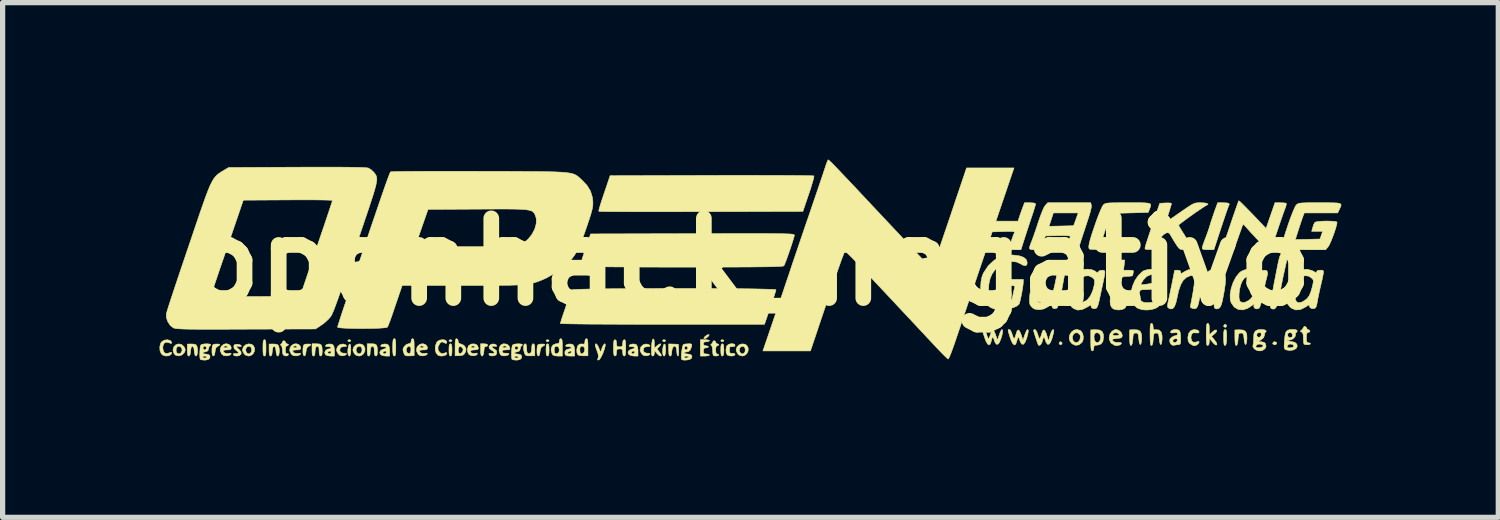
<source format=kicad_pcb>
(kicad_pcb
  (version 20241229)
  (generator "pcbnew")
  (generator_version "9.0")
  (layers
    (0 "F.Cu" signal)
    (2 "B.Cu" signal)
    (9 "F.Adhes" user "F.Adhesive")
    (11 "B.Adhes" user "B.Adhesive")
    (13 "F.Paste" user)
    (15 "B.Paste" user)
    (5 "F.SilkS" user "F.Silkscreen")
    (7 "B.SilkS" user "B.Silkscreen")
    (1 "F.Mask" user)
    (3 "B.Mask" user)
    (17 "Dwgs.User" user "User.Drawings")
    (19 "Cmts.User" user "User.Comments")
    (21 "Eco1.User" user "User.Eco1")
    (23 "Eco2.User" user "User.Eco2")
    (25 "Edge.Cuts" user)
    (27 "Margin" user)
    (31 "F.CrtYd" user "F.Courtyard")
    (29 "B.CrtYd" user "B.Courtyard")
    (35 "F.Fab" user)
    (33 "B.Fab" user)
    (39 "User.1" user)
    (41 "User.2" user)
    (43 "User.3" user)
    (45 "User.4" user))
  (footprint "openhack_negativo"
    (layer "F.Cu")
    (at 11.277 1.959)
    (property "Reference" "openhack_negativo" (at 0 0 0) (layer "F.SilkS") (effects (font (size 1.524 1.524) (thickness 0.3))))
    (attr through_hole)
    (fp_poly (pts (xy -7.623 1.495) (xy -7.62 1.504) (xy -7.636 1.522) (xy -7.649 1.524) (xy -7.675 1.513) (xy -7.679 1.504) (xy -7.663 1.487) (xy -7.649 1.485) (xy -7.623 1.495)) (stroke (width 0.01) (type solid)) (fill yes) (layer "F.SilkS"))
    (fp_poly (pts (xy -5.689 1.495) (xy -5.686 1.504) (xy -5.702 1.522) (xy -5.715 1.524) (xy -5.741 1.513) (xy -5.744 1.504) (xy -5.728 1.487) (xy -5.715 1.485) (xy -5.689 1.495)) (stroke (width 0.01) (type solid)) (fill yes) (layer "F.SilkS"))
    (fp_poly (pts (xy -3.833 1.495) (xy -3.83 1.504) (xy -3.845 1.522) (xy -3.859 1.524) (xy -3.885 1.513) (xy -3.888 1.504) (xy -3.872 1.487) (xy -3.859 1.485) (xy -3.833 1.495)) (stroke (width 0.01) (type solid)) (fill yes) (layer "F.SilkS"))
    (fp_poly (pts (xy -1.605 1.495) (xy -1.602 1.504) (xy -1.618 1.522) (xy -1.631 1.524) (xy -1.657 1.513) (xy -1.661 1.504) (xy -1.645 1.487) (xy -1.631 1.485) (xy -1.605 1.495)) (stroke (width 0.01) (type solid)) (fill yes) (layer "F.SilkS"))
    (fp_poly (pts (xy -0.492 1.495) (xy -0.488 1.504) (xy -0.504 1.522) (xy -0.518 1.524) (xy -0.544 1.513) (xy -0.547 1.504) (xy -0.531 1.487) (xy -0.518 1.485) (xy -0.492 1.495)) (stroke (width 0.01) (type solid)) (fill yes) (layer "F.SilkS"))
    (fp_poly (pts (xy 5.975 1.54) (xy 5.979 1.553) (xy 5.963 1.579) (xy 5.949 1.583) (xy 5.924 1.567) (xy 5.92 1.553) (xy 5.936 1.527) (xy 5.949 1.524) (xy 5.975 1.54)) (stroke (width 0.01) (type solid)) (fill yes) (layer "F.SilkS"))
    (fp_poly (pts (xy 9.121 1.207) (xy 9.124 1.221) (xy 9.109 1.247) (xy 9.095 1.25) (xy 9.069 1.235) (xy 9.066 1.221) (xy 9.081 1.195) (xy 9.095 1.192) (xy 9.121 1.207)) (stroke (width 0.01) (type solid)) (fill yes) (layer "F.SilkS"))
    (fp_poly (pts (xy 10.075 1.536) (xy 10.082 1.553) (xy 10.066 1.577) (xy 10.043 1.583) (xy 10.011 1.57) (xy 10.004 1.553) (xy 10.02 1.529) (xy 10.043 1.524) (xy 10.075 1.536)) (stroke (width 0.01) (type solid)) (fill yes) (layer "F.SilkS"))
    (fp_poly (pts (xy -0.768 1.392) (xy -0.779 1.412) (xy -0.791 1.426) (xy -0.828 1.456) (xy -0.856 1.465) (xy -0.873 1.46) (xy -0.862 1.44) (xy -0.85 1.426) (xy -0.813 1.397) (xy -0.785 1.387) (xy -0.768 1.392)) (stroke (width 0.01) (type solid)) (fill yes) (layer "F.SilkS"))
    (fp_poly (pts (xy -7.63 1.575) (xy -7.622 1.612) (xy -7.62 1.679) (xy -7.624 1.747) (xy -7.635 1.789) (xy -7.65 1.8) (xy -7.668 1.777) (xy -7.671 1.77) (xy -7.678 1.728) (xy -7.676 1.672) (xy -7.667 1.617) (xy -7.654 1.578) (xy -7.644 1.568) (xy -7.63 1.575)) (stroke (width 0.01) (type solid)) (fill yes) (layer "F.SilkS"))
    (fp_poly (pts (xy -1.612 1.575) (xy -1.604 1.612) (xy -1.602 1.679) (xy -1.606 1.747) (xy -1.617 1.789) (xy -1.633 1.8) (xy -1.65 1.777) (xy -1.653 1.77) (xy -1.66 1.728) (xy -1.658 1.672) (xy -1.65 1.617) (xy -1.636 1.578) (xy -1.627 1.568) (xy -1.612 1.575)) (stroke (width 0.01) (type solid)) (fill yes) (layer "F.SilkS"))
    (fp_poly (pts (xy -9.256 1.492) (xy -9.247 1.519) (xy -9.243 1.572) (xy -9.242 1.641) (xy -9.243 1.721) (xy -9.248 1.77) (xy -9.258 1.793) (xy -9.271 1.798) (xy -9.286 1.79) (xy -9.295 1.763) (xy -9.299 1.71) (xy -9.3 1.641) (xy -9.299 1.561) (xy -9.294 1.513) (xy -9.284 1.49) (xy -9.271 1.485) (xy -9.256 1.492)) (stroke (width 0.01) (type solid)) (fill yes) (layer "F.SilkS"))
    (fp_poly (pts (xy -6.775 1.472) (xy -6.766 1.498) (xy -6.762 1.55) (xy -6.76 1.631) (xy -6.762 1.714) (xy -6.766 1.765) (xy -6.775 1.791) (xy -6.79 1.798) (xy -6.804 1.79) (xy -6.813 1.765) (xy -6.818 1.713) (xy -6.819 1.631) (xy -6.818 1.548) (xy -6.813 1.498) (xy -6.804 1.472) (xy -6.79 1.465) (xy -6.775 1.472)) (stroke (width 0.01) (type solid)) (fill yes) (layer "F.SilkS"))
    (fp_poly (pts (xy -5.698 1.572) (xy -5.689 1.604) (xy -5.686 1.666) (xy -5.686 1.68) (xy -5.688 1.748) (xy -5.696 1.785) (xy -5.711 1.797) (xy -5.715 1.798) (xy -5.732 1.789) (xy -5.741 1.757) (xy -5.744 1.694) (xy -5.744 1.68) (xy -5.742 1.612) (xy -5.734 1.576) (xy -5.719 1.563) (xy -5.715 1.563) (xy -5.698 1.572)) (stroke (width 0.01) (type solid)) (fill yes) (layer "F.SilkS"))
    (fp_poly (pts (xy -5.018 1.57) (xy -5.002 1.59) (xy -5.018 1.612) (xy -5.036 1.615) (xy -5.058 1.621) (xy -5.07 1.649) (xy -5.076 1.705) (xy -5.085 1.767) (xy -5.101 1.795) (xy -5.11 1.798) (xy -5.127 1.788) (xy -5.136 1.753) (xy -5.139 1.687) (xy -5.139 1.68) (xy -5.139 1.563) (xy -5.07 1.563) (xy -5.018 1.57)) (stroke (width 0.01) (type solid)) (fill yes) (layer "F.SilkS"))
    (fp_poly (pts (xy -3.842 1.572) (xy -3.833 1.604) (xy -3.83 1.666) (xy -3.83 1.68) (xy -3.832 1.748) (xy -3.84 1.785) (xy -3.855 1.797) (xy -3.859 1.798) (xy -3.876 1.789) (xy -3.885 1.757) (xy -3.888 1.694) (xy -3.888 1.68) (xy -3.886 1.612) (xy -3.878 1.576) (xy -3.862 1.563) (xy -3.859 1.563) (xy -3.842 1.572)) (stroke (width 0.01) (type solid)) (fill yes) (layer "F.SilkS"))
    (fp_poly (pts (xy -0.501 1.572) (xy -0.492 1.604) (xy -0.489 1.666) (xy -0.488 1.68) (xy -0.491 1.748) (xy -0.499 1.785) (xy -0.514 1.797) (xy -0.518 1.798) (xy -0.535 1.789) (xy -0.544 1.757) (xy -0.547 1.694) (xy -0.547 1.68) (xy -0.545 1.612) (xy -0.537 1.576) (xy -0.521 1.563) (xy -0.518 1.563) (xy -0.501 1.572)) (stroke (width 0.01) (type solid)) (fill yes) (layer "F.SilkS"))
    (fp_poly (pts (xy 9.111 1.297) (xy 9.12 1.325) (xy 9.124 1.38) (xy 9.124 1.435) (xy 9.121 1.527) (xy 9.11 1.581) (xy 9.093 1.597) (xy 9.078 1.589) (xy 9.072 1.564) (xy 9.068 1.512) (xy 9.066 1.442) (xy 9.066 1.433) (xy 9.067 1.357) (xy 9.073 1.312) (xy 9.085 1.292) (xy 9.095 1.29) (xy 9.111 1.297)) (stroke (width 0.01) (type solid)) (fill yes) (layer "F.SilkS"))
    (fp_poly (pts (xy -10.141 1.569) (xy -10.123 1.58) (xy -10.14 1.6) (xy -10.165 1.612) (xy -10.196 1.636) (xy -10.211 1.68) (xy -10.215 1.714) (xy -10.224 1.77) (xy -10.24 1.796) (xy -10.259 1.79) (xy -10.269 1.77) (xy -10.274 1.735) (xy -10.275 1.679) (xy -10.274 1.658) (xy -10.268 1.605) (xy -10.254 1.58) (xy -10.222 1.57) (xy -10.194 1.568) (xy -10.141 1.569)) (stroke (width 0.01) (type solid)) (fill yes) (layer "F.SilkS"))
    (fp_poly (pts (xy -8.402 1.569) (xy -8.384 1.58) (xy -8.401 1.6) (xy -8.426 1.612) (xy -8.457 1.636) (xy -8.472 1.68) (xy -8.476 1.714) (xy -8.485 1.77) (xy -8.501 1.796) (xy -8.52 1.79) (xy -8.53 1.77) (xy -8.536 1.735) (xy -8.536 1.679) (xy -8.535 1.658) (xy -8.529 1.605) (xy -8.515 1.58) (xy -8.483 1.57) (xy -8.455 1.568) (xy -8.402 1.569)) (stroke (width 0.01) (type solid)) (fill yes) (layer "F.SilkS"))
    (fp_poly (pts (xy -3.928 1.569) (xy -3.909 1.58) (xy -3.927 1.6) (xy -3.952 1.612) (xy -3.982 1.636) (xy -3.998 1.68) (xy -4.002 1.714) (xy -4.011 1.77) (xy -4.027 1.796) (xy -4.046 1.79) (xy -4.056 1.77) (xy -4.061 1.735) (xy -4.061 1.679) (xy -4.06 1.658) (xy -4.055 1.605) (xy -4.041 1.58) (xy -4.008 1.57) (xy -3.981 1.568) (xy -3.928 1.569)) (stroke (width 0.01) (type solid)) (fill yes) (layer "F.SilkS"))
    (fp_poly (pts (xy -7.771 1.567) (xy -7.726 1.579) (xy -7.703 1.598) (xy -7.703 1.598) (xy -7.709 1.616) (xy -7.747 1.618) (xy -7.8 1.626) (xy -7.822 1.646) (xy -7.833 1.69) (xy -7.813 1.726) (xy -7.769 1.743) (xy -7.747 1.743) (xy -7.709 1.745) (xy -7.703 1.762) (xy -7.726 1.782) (xy -7.771 1.794) (xy -7.771 1.794) (xy -7.825 1.788) (xy -7.862 1.755) (xy -7.886 1.711) (xy -7.894 1.68) (xy -7.877 1.622) (xy -7.833 1.581) (xy -7.776 1.567) (xy -7.771 1.567)) (stroke (width 0.01) (type solid)) (fill yes) (layer "F.SilkS"))
    (fp_poly (pts (xy -1.968 1.567) (xy -1.923 1.579) (xy -1.9 1.598) (xy -1.9 1.598) (xy -1.907 1.616) (xy -1.944 1.618) (xy -1.998 1.626) (xy -2.019 1.646) (xy -2.031 1.69) (xy -2.01 1.726) (xy -1.966 1.743) (xy -1.944 1.743) (xy -1.906 1.745) (xy -1.9 1.762) (xy -1.923 1.782) (xy -1.968 1.794) (xy -1.968 1.794) (xy -2.022 1.788) (xy -2.059 1.755) (xy -2.083 1.711) (xy -2.091 1.68) (xy -2.074 1.622) (xy -2.03 1.581) (xy -1.973 1.567) (xy -1.968 1.567)) (stroke (width 0.01) (type solid)) (fill yes) (layer "F.SilkS"))
    (fp_poly (pts (xy -0.312 1.563) (xy -0.28 1.577) (xy -0.274 1.593) (xy -0.287 1.615) (xy -0.327 1.618) (xy -0.363 1.618) (xy -0.378 1.635) (xy -0.381 1.68) (xy -0.378 1.726) (xy -0.362 1.744) (xy -0.327 1.745) (xy -0.284 1.751) (xy -0.274 1.769) (xy -0.29 1.789) (xy -0.329 1.797) (xy -0.376 1.795) (xy -0.417 1.781) (xy -0.426 1.774) (xy -0.445 1.733) (xy -0.448 1.674) (xy -0.436 1.615) (xy -0.429 1.601) (xy -0.4 1.576) (xy -0.357 1.563) (xy -0.312 1.563)) (stroke (width 0.01) (type solid)) (fill yes) (layer "F.SilkS"))
    (fp_poly (pts (xy -1.451 1.569) (xy -1.358 1.573) (xy -1.352 1.685) (xy -1.352 1.753) (xy -1.359 1.791) (xy -1.367 1.798) (xy -1.38 1.78) (xy -1.387 1.737) (xy -1.388 1.724) (xy -1.392 1.668) (xy -1.404 1.627) (xy -1.406 1.623) (xy -1.43 1.606) (xy -1.455 1.62) (xy -1.475 1.659) (xy -1.485 1.714) (xy -1.485 1.722) (xy -1.49 1.775) (xy -1.507 1.797) (xy -1.514 1.798) (xy -1.531 1.788) (xy -1.54 1.756) (xy -1.543 1.694) (xy -1.544 1.682) (xy -1.544 1.566) (xy -1.451 1.569)) (stroke (width 0.01) (type solid)) (fill yes) (layer "F.SilkS"))
    (fp_poly (pts (xy -9.057 1.57) (xy -9.017 1.583) (xy -9.014 1.585) (xy -8.997 1.617) (xy -8.988 1.666) (xy -8.987 1.721) (xy -8.995 1.769) (xy -9.009 1.796) (xy -9.016 1.798) (xy -9.036 1.783) (xy -9.047 1.735) (xy -9.05 1.705) (xy -9.058 1.643) (xy -9.074 1.615) (xy -9.085 1.612) (xy -9.106 1.625) (xy -9.117 1.669) (xy -9.121 1.705) (xy -9.129 1.767) (xy -9.145 1.795) (xy -9.155 1.798) (xy -9.172 1.787) (xy -9.18 1.752) (xy -9.183 1.685) (xy -9.183 1.569) (xy -9.111 1.567) (xy -9.057 1.57)) (stroke (width 0.01) (type solid)) (fill yes) (layer "F.SilkS"))
    (fp_poly (pts (xy -2.754 1.579) (xy -2.76 1.62) (xy -2.776 1.677) (xy -2.799 1.74) (xy -2.826 1.799) (xy -2.853 1.846) (xy -2.876 1.871) (xy -2.88 1.873) (xy -2.903 1.872) (xy -2.899 1.85) (xy -2.894 1.841) (xy -2.886 1.805) (xy -2.894 1.754) (xy -2.912 1.702) (xy -2.938 1.631) (xy -2.948 1.588) (xy -2.945 1.568) (xy -2.931 1.563) (xy -2.912 1.58) (xy -2.888 1.621) (xy -2.878 1.645) (xy -2.845 1.727) (xy -2.818 1.645) (xy -2.796 1.595) (xy -2.772 1.566) (xy -2.763 1.563) (xy -2.754 1.579)) (stroke (width 0.01) (type solid)) (fill yes) (layer "F.SilkS"))
    (fp_poly (pts (xy -10.62 1.57) (xy -10.58 1.583) (xy -10.577 1.585) (xy -10.56 1.617) (xy -10.551 1.666) (xy -10.551 1.721) (xy -10.558 1.769) (xy -10.573 1.796) (xy -10.579 1.798) (xy -10.599 1.783) (xy -10.61 1.735) (xy -10.613 1.705) (xy -10.621 1.643) (xy -10.637 1.615) (xy -10.648 1.612) (xy -10.669 1.625) (xy -10.68 1.669) (xy -10.684 1.705) (xy -10.692 1.767) (xy -10.709 1.795) (xy -10.718 1.798) (xy -10.735 1.787) (xy -10.744 1.752) (xy -10.746 1.685) (xy -10.746 1.683) (xy -10.746 1.569) (xy -10.674 1.567) (xy -10.62 1.57)) (stroke (width 0.01) (type solid)) (fill yes) (layer "F.SilkS"))
    (fp_poly (pts (xy -8.221 1.567) (xy -8.188 1.584) (xy -8.172 1.622) (xy -8.167 1.69) (xy -8.167 1.711) (xy -8.171 1.769) (xy -8.185 1.794) (xy -8.196 1.798) (xy -8.216 1.786) (xy -8.225 1.745) (xy -8.226 1.713) (xy -8.229 1.648) (xy -8.24 1.617) (xy -8.263 1.611) (xy -8.276 1.615) (xy -8.296 1.643) (xy -8.304 1.705) (xy -8.304 1.712) (xy -8.308 1.769) (xy -8.321 1.794) (xy -8.333 1.798) (xy -8.35 1.789) (xy -8.359 1.757) (xy -8.362 1.694) (xy -8.362 1.68) (xy -8.362 1.563) (xy -8.277 1.563) (xy -8.221 1.567)) (stroke (width 0.01) (type solid)) (fill yes) (layer "F.SilkS"))
    (fp_poly (pts (xy -7.166 1.567) (xy -7.133 1.584) (xy -7.117 1.622) (xy -7.112 1.69) (xy -7.112 1.711) (xy -7.116 1.769) (xy -7.129 1.794) (xy -7.141 1.798) (xy -7.161 1.786) (xy -7.17 1.745) (xy -7.171 1.713) (xy -7.174 1.648) (xy -7.185 1.617) (xy -7.208 1.611) (xy -7.221 1.615) (xy -7.241 1.643) (xy -7.249 1.705) (xy -7.249 1.712) (xy -7.253 1.769) (xy -7.266 1.794) (xy -7.278 1.798) (xy -7.295 1.789) (xy -7.304 1.757) (xy -7.307 1.694) (xy -7.307 1.68) (xy -7.307 1.563) (xy -7.222 1.563) (xy -7.166 1.567)) (stroke (width 0.01) (type solid)) (fill yes) (layer "F.SilkS"))
    (fp_poly (pts (xy -11.074 1.501) (xy -11.058 1.515) (xy -11.042 1.546) (xy -11.056 1.558) (xy -11.095 1.545) (xy -11.096 1.544) (xy -11.149 1.532) (xy -11.19 1.553) (xy -11.212 1.605) (xy -11.215 1.641) (xy -11.203 1.707) (xy -11.171 1.744) (xy -11.124 1.749) (xy -11.096 1.738) (xy -11.057 1.725) (xy -11.042 1.736) (xy -11.058 1.767) (xy -11.058 1.768) (xy -11.102 1.793) (xy -11.16 1.797) (xy -11.215 1.779) (xy -11.243 1.754) (xy -11.269 1.692) (xy -11.272 1.619) (xy -11.255 1.553) (xy -11.235 1.524) (xy -11.184 1.494) (xy -11.125 1.486) (xy -11.074 1.501)) (stroke (width 0.01) (type solid)) (fill yes) (layer "F.SilkS"))
    (fp_poly (pts (xy -9.74 1.58) (xy -9.715 1.6) (xy -9.717 1.618) (xy -9.747 1.617) (xy -9.757 1.614) (xy -9.798 1.609) (xy -9.804 1.623) (xy -9.777 1.654) (xy -9.757 1.671) (xy -9.719 1.717) (xy -9.717 1.759) (xy -9.748 1.788) (xy -9.8 1.798) (xy -9.85 1.791) (xy -9.867 1.77) (xy -9.867 1.768) (xy -9.856 1.748) (xy -9.82 1.75) (xy -9.818 1.75) (xy -9.78 1.751) (xy -9.769 1.733) (xy -9.786 1.707) (xy -9.813 1.69) (xy -9.85 1.655) (xy -9.857 1.622) (xy -9.852 1.588) (xy -9.828 1.575) (xy -9.79 1.573) (xy -9.74 1.58)) (stroke (width 0.01) (type solid)) (fill yes) (layer "F.SilkS"))
    (fp_poly (pts (xy -4.115 1.572) (xy -4.106 1.605) (xy -4.103 1.668) (xy -4.103 1.678) (xy -4.103 1.793) (xy -4.192 1.794) (xy -4.248 1.793) (xy -4.279 1.781) (xy -4.297 1.753) (xy -4.299 1.747) (xy -4.315 1.686) (xy -4.318 1.628) (xy -4.31 1.583) (xy -4.291 1.563) (xy -4.289 1.563) (xy -4.269 1.575) (xy -4.26 1.614) (xy -4.259 1.65) (xy -4.254 1.716) (xy -4.237 1.748) (xy -4.205 1.751) (xy -4.193 1.747) (xy -4.171 1.722) (xy -4.162 1.668) (xy -4.162 1.649) (xy -4.158 1.592) (xy -4.144 1.566) (xy -4.132 1.563) (xy -4.115 1.572)) (stroke (width 0.01) (type solid)) (fill yes) (layer "F.SilkS"))
    (fp_poly (pts (xy 7.426 1.299) (xy 7.472 1.326) (xy 7.495 1.378) (xy 7.499 1.461) (xy 7.499 1.473) (xy 7.491 1.544) (xy 7.479 1.577) (xy 7.465 1.572) (xy 7.452 1.529) (xy 7.444 1.471) (xy 7.437 1.407) (xy 7.428 1.373) (xy 7.41 1.36) (xy 7.386 1.358) (xy 7.357 1.361) (xy 7.342 1.377) (xy 7.334 1.415) (xy 7.331 1.465) (xy 7.322 1.545) (xy 7.308 1.588) (xy 7.288 1.595) (xy 7.282 1.589) (xy 7.275 1.565) (xy 7.27 1.512) (xy 7.268 1.442) (xy 7.268 1.437) (xy 7.268 1.298) (xy 7.354 1.294) (xy 7.426 1.299)) (stroke (width 0.01) (type solid)) (fill yes) (layer "F.SilkS"))
    (fp_poly (pts (xy 9.44 1.301) (xy 9.485 1.327) (xy 9.508 1.378) (xy 9.512 1.46) (xy 9.511 1.473) (xy 9.503 1.544) (xy 9.491 1.577) (xy 9.477 1.572) (xy 9.464 1.529) (xy 9.457 1.471) (xy 9.45 1.407) (xy 9.44 1.373) (xy 9.423 1.36) (xy 9.398 1.358) (xy 9.37 1.361) (xy 9.354 1.377) (xy 9.347 1.415) (xy 9.343 1.465) (xy 9.335 1.545) (xy 9.32 1.588) (xy 9.301 1.595) (xy 9.294 1.589) (xy 9.288 1.565) (xy 9.283 1.512) (xy 9.281 1.442) (xy 9.281 1.438) (xy 9.281 1.299) (xy 9.367 1.296) (xy 9.44 1.301)) (stroke (width 0.01) (type solid)) (fill yes) (layer "F.SilkS"))
    (fp_poly (pts (xy -9.521 1.572) (xy -9.487 1.594) (xy -9.46 1.645) (xy -9.462 1.703) (xy -9.488 1.755) (xy -9.534 1.79) (xy -9.574 1.798) (xy -9.634 1.78) (xy -9.661 1.754) (xy -9.684 1.71) (xy -9.691 1.68) (xy -9.631 1.68) (xy -9.619 1.723) (xy -9.609 1.735) (xy -9.587 1.755) (xy -9.568 1.755) (xy -9.546 1.747) (xy -9.522 1.72) (xy -9.516 1.676) (xy -9.526 1.634) (xy -9.547 1.614) (xy -9.589 1.613) (xy -9.619 1.64) (xy -9.631 1.68) (xy -9.691 1.68) (xy -9.691 1.68) (xy -9.675 1.624) (xy -9.633 1.584) (xy -9.578 1.565) (xy -9.521 1.572)) (stroke (width 0.01) (type solid)) (fill yes) (layer "F.SilkS"))
    (fp_poly (pts (xy -7.411 1.572) (xy -7.377 1.594) (xy -7.35 1.645) (xy -7.351 1.703) (xy -7.378 1.755) (xy -7.424 1.79) (xy -7.464 1.798) (xy -7.524 1.78) (xy -7.551 1.754) (xy -7.574 1.71) (xy -7.581 1.68) (xy -7.521 1.68) (xy -7.509 1.723) (xy -7.499 1.735) (xy -7.477 1.755) (xy -7.458 1.755) (xy -7.436 1.747) (xy -7.412 1.72) (xy -7.405 1.676) (xy -7.416 1.634) (xy -7.437 1.614) (xy -7.479 1.613) (xy -7.509 1.64) (xy -7.521 1.68) (xy -7.581 1.68) (xy -7.581 1.68) (xy -7.564 1.624) (xy -7.523 1.584) (xy -7.467 1.565) (xy -7.411 1.572)) (stroke (width 0.01) (type solid)) (fill yes) (layer "F.SilkS"))
    (fp_poly (pts (xy -4.868 1.57) (xy -4.835 1.589) (xy -4.831 1.598) (xy -4.835 1.614) (xy -4.869 1.612) (xy -4.873 1.611) (xy -4.913 1.608) (xy -4.923 1.623) (xy -4.903 1.648) (xy -4.874 1.665) (xy -4.836 1.693) (xy -4.83 1.736) (xy -4.83 1.738) (xy -4.843 1.775) (xy -4.878 1.791) (xy -4.895 1.794) (xy -4.941 1.794) (xy -4.968 1.785) (xy -4.983 1.758) (xy -4.965 1.744) (xy -4.935 1.747) (xy -4.89 1.75) (xy -4.876 1.734) (xy -4.895 1.708) (xy -4.923 1.69) (xy -4.971 1.655) (xy -4.979 1.618) (xy -4.954 1.584) (xy -4.914 1.567) (xy -4.868 1.57)) (stroke (width 0.01) (type solid)) (fill yes) (layer "F.SilkS"))
    (fp_poly (pts (xy -0.084 1.572) (xy -0.05 1.594) (xy -0.023 1.645) (xy -0.025 1.703) (xy -0.051 1.755) (xy -0.097 1.79) (xy -0.137 1.798) (xy -0.197 1.78) (xy -0.224 1.754) (xy -0.247 1.71) (xy -0.254 1.68) (xy -0.194 1.68) (xy -0.182 1.723) (xy -0.172 1.735) (xy -0.15 1.755) (xy -0.131 1.755) (xy -0.109 1.747) (xy -0.085 1.72) (xy -0.079 1.676) (xy -0.089 1.634) (xy -0.11 1.614) (xy -0.152 1.613) (xy -0.182 1.64) (xy -0.194 1.68) (xy -0.254 1.68) (xy -0.254 1.68) (xy -0.237 1.624) (xy -0.196 1.584) (xy -0.14 1.565) (xy -0.084 1.572)) (stroke (width 0.01) (type solid)) (fill yes) (layer "F.SilkS"))
    (fp_poly (pts (xy 9.129 -1.13) (xy 9.168 -1.119) (xy 9.175 -1.1) (xy 9.167 -1.086) (xy 9.157 -1.062) (xy 9.137 -1.006) (xy 9.108 -0.925) (xy 9.074 -0.823) (xy 9.035 -0.707) (xy 9.016 -0.65) (xy 8.88 -0.235) (xy 8.768 -0.235) (xy 8.702 -0.237) (xy 8.668 -0.245) (xy 8.656 -0.261) (xy 8.656 -0.265) (xy 8.662 -0.298) (xy 8.681 -0.355) (xy 8.707 -0.425) (xy 8.711 -0.436) (xy 8.745 -0.525) (xy 8.778 -0.618) (xy 8.801 -0.691) (xy 8.824 -0.766) (xy 8.855 -0.859) (xy 8.887 -0.953) (xy 8.893 -0.97) (xy 8.952 -1.133) (xy 9.055 -1.133) (xy 9.129 -1.13)) (stroke (width 0.01) (type solid)) (fill yes) (layer "F.SilkS"))
    (fp_poly (pts (xy -10.858 1.576) (xy -10.812 1.616) (xy -10.805 1.627) (xy -10.786 1.669) (xy -10.79 1.704) (xy -10.805 1.734) (xy -10.848 1.777) (xy -10.905 1.795) (xy -10.961 1.786) (xy -10.988 1.768) (xy -11.012 1.725) (xy -11.02 1.682) (xy -10.961 1.682) (xy -10.955 1.724) (xy -10.937 1.746) (xy -10.901 1.756) (xy -10.877 1.745) (xy -10.867 1.735) (xy -10.846 1.694) (xy -10.851 1.651) (xy -10.877 1.619) (xy -10.915 1.61) (xy -10.929 1.614) (xy -10.952 1.64) (xy -10.961 1.682) (xy -11.02 1.682) (xy -11.02 1.682) (xy -11.004 1.622) (xy -10.965 1.582) (xy -10.912 1.566) (xy -10.858 1.576)) (stroke (width 0.01) (type solid)) (fill yes) (layer "F.SilkS"))
    (fp_poly (pts (xy -5.823 1.49) (xy -5.792 1.511) (xy -5.79 1.515) (xy -5.786 1.549) (xy -5.807 1.556) (xy -5.841 1.54) (xy -5.875 1.526) (xy -5.9 1.537) (xy -5.921 1.56) (xy -5.954 1.624) (xy -5.951 1.685) (xy -5.92 1.729) (xy -5.883 1.753) (xy -5.844 1.747) (xy -5.832 1.742) (xy -5.796 1.73) (xy -5.784 1.739) (xy -5.783 1.747) (xy -5.8 1.775) (xy -5.842 1.793) (xy -5.894 1.798) (xy -5.943 1.788) (xy -5.953 1.782) (xy -5.99 1.738) (xy -6.007 1.673) (xy -6.003 1.601) (xy -5.978 1.537) (xy -5.964 1.519) (xy -5.925 1.495) (xy -5.873 1.485) (xy -5.823 1.49)) (stroke (width 0.01) (type solid)) (fill yes) (layer "F.SilkS"))
    (fp_poly (pts (xy -0.797 1.489) (xy -0.766 1.499) (xy -0.762 1.504) (xy -0.779 1.518) (xy -0.82 1.524) (xy -0.821 1.524) (xy -0.864 1.53) (xy -0.879 1.553) (xy -0.879 1.563) (xy -0.868 1.594) (xy -0.83 1.602) (xy -0.794 1.609) (xy -0.782 1.622) (xy -0.798 1.636) (xy -0.83 1.641) (xy -0.865 1.648) (xy -0.878 1.674) (xy -0.879 1.7) (xy -0.874 1.741) (xy -0.852 1.757) (xy -0.821 1.758) (xy -0.779 1.764) (xy -0.762 1.778) (xy -0.762 1.778) (xy -0.779 1.79) (xy -0.824 1.797) (xy -0.85 1.798) (xy -0.938 1.798) (xy -0.938 1.485) (xy -0.85 1.485) (xy -0.797 1.489)) (stroke (width 0.01) (type solid)) (fill yes) (layer "F.SilkS"))
    (fp_poly (pts (xy 8.566 1.301) (xy 8.593 1.325) (xy 8.597 1.34) (xy 8.585 1.357) (xy 8.546 1.356) (xy 8.536 1.355) (xy 8.482 1.354) (xy 8.452 1.382) (xy 8.441 1.442) (xy 8.441 1.448) (xy 8.454 1.506) (xy 8.489 1.534) (xy 8.541 1.531) (xy 8.549 1.527) (xy 8.584 1.515) (xy 8.596 1.525) (xy 8.597 1.534) (xy 8.581 1.563) (xy 8.545 1.59) (xy 8.506 1.602) (xy 8.505 1.602) (xy 8.477 1.592) (xy 8.45 1.579) (xy 8.408 1.548) (xy 8.388 1.507) (xy 8.382 1.444) (xy 8.382 1.441) (xy 8.397 1.366) (xy 8.437 1.314) (xy 8.496 1.291) (xy 8.566 1.301)) (stroke (width 0.01) (type solid)) (fill yes) (layer "F.SilkS"))
    (fp_poly (pts (xy -1.826 1.479) (xy -1.818 1.52) (xy -1.817 1.555) (xy -1.817 1.648) (xy -1.772 1.606) (xy -1.73 1.574) (xy -1.702 1.563) (xy -1.693 1.573) (xy -1.71 1.602) (xy -1.72 1.612) (xy -1.766 1.661) (xy -1.723 1.719) (xy -1.691 1.765) (xy -1.682 1.789) (xy -1.696 1.797) (xy -1.704 1.798) (xy -1.731 1.784) (xy -1.767 1.75) (xy -1.772 1.744) (xy -1.816 1.69) (xy -1.816 1.744) (xy -1.827 1.787) (xy -1.847 1.798) (xy -1.862 1.792) (xy -1.87 1.769) (xy -1.873 1.722) (xy -1.872 1.643) (xy -1.872 1.638) (xy -1.865 1.544) (xy -1.854 1.487) (xy -1.841 1.47) (xy -1.826 1.479)) (stroke (width 0.01) (type solid)) (fill yes) (layer "F.SilkS"))
    (fp_poly (pts (xy 6.315 1.304) (xy 6.337 1.318) (xy 6.37 1.364) (xy 6.384 1.429) (xy 6.378 1.495) (xy 6.357 1.538) (xy 6.298 1.584) (xy 6.234 1.593) (xy 6.169 1.564) (xy 6.168 1.563) (xy 6.126 1.511) (xy 6.113 1.451) (xy 6.114 1.444) (xy 6.174 1.444) (xy 6.187 1.501) (xy 6.219 1.534) (xy 6.26 1.54) (xy 6.298 1.517) (xy 6.32 1.479) (xy 6.328 1.418) (xy 6.318 1.391) (xy 6.279 1.356) (xy 6.235 1.353) (xy 6.197 1.377) (xy 6.176 1.425) (xy 6.174 1.444) (xy 6.114 1.444) (xy 6.124 1.393) (xy 6.155 1.341) (xy 6.201 1.304) (xy 6.255 1.29) (xy 6.315 1.304)) (stroke (width 0.01) (type solid)) (fill yes) (layer "F.SilkS"))
    (fp_poly (pts (xy -8.874 1.52) (xy -8.87 1.534) (xy -8.855 1.56) (xy -8.841 1.563) (xy -8.815 1.574) (xy -8.812 1.583) (xy -8.828 1.6) (xy -8.841 1.602) (xy -8.861 1.615) (xy -8.87 1.657) (xy -8.87 1.682) (xy -8.867 1.733) (xy -8.856 1.753) (xy -8.841 1.751) (xy -8.816 1.754) (xy -8.812 1.769) (xy -8.827 1.791) (xy -8.861 1.797) (xy -8.897 1.788) (xy -8.917 1.767) (xy -8.926 1.726) (xy -8.929 1.671) (xy -8.929 1.671) (xy -8.936 1.623) (xy -8.952 1.595) (xy -8.954 1.594) (xy -8.968 1.581) (xy -8.954 1.571) (xy -8.931 1.544) (xy -8.929 1.532) (xy -8.913 1.508) (xy -8.9 1.504) (xy -8.874 1.52)) (stroke (width 0.01) (type solid)) (fill yes) (layer "F.SilkS"))
    (fp_poly (pts (xy -3.395 1.571) (xy -3.369 1.584) (xy -3.35 1.621) (xy -3.341 1.687) (xy -3.341 1.702) (xy -3.341 1.798) (xy -3.428 1.798) (xy -3.485 1.794) (xy -3.515 1.78) (xy -3.527 1.758) (xy -3.527 1.736) (xy -3.474 1.736) (xy -3.468 1.755) (xy -3.448 1.755) (xy -3.413 1.737) (xy -3.404 1.722) (xy -3.41 1.703) (xy -3.43 1.703) (xy -3.464 1.722) (xy -3.474 1.736) (xy -3.527 1.736) (xy -3.526 1.708) (xy -3.494 1.673) (xy -3.445 1.661) (xy -3.409 1.653) (xy -3.405 1.636) (xy -3.429 1.62) (xy -3.467 1.618) (xy -3.506 1.616) (xy -3.513 1.598) (xy -3.488 1.576) (xy -3.442 1.567) (xy -3.395 1.571)) (stroke (width 0.01) (type solid)) (fill yes) (layer "F.SilkS"))
    (fp_poly (pts (xy -0.648 1.52) (xy -0.645 1.534) (xy -0.629 1.56) (xy -0.615 1.563) (xy -0.589 1.574) (xy -0.586 1.583) (xy -0.602 1.6) (xy -0.615 1.602) (xy -0.636 1.615) (xy -0.644 1.658) (xy -0.645 1.68) (xy -0.64 1.735) (xy -0.624 1.757) (xy -0.615 1.758) (xy -0.589 1.769) (xy -0.586 1.778) (xy -0.602 1.792) (xy -0.638 1.797) (xy -0.675 1.793) (xy -0.69 1.785) (xy -0.698 1.758) (xy -0.703 1.709) (xy -0.703 1.688) (xy -0.709 1.633) (xy -0.723 1.598) (xy -0.728 1.594) (xy -0.742 1.581) (xy -0.728 1.571) (xy -0.705 1.544) (xy -0.703 1.532) (xy -0.688 1.508) (xy -0.674 1.504) (xy -0.648 1.52)) (stroke (width 0.01) (type solid)) (fill yes) (layer "F.SilkS"))
    (fp_poly (pts (xy -7.986 1.571) (xy -7.961 1.584) (xy -7.941 1.621) (xy -7.933 1.687) (xy -7.933 1.702) (xy -7.933 1.798) (xy -8.008 1.798) (xy -8.064 1.791) (xy -8.103 1.774) (xy -8.107 1.769) (xy -8.12 1.73) (xy -8.118 1.726) (xy -8.061 1.726) (xy -8.06 1.739) (xy -8.032 1.758) (xy -8.003 1.741) (xy -8 1.738) (xy -7.996 1.71) (xy -8.02 1.702) (xy -8.04 1.707) (xy -8.061 1.726) (xy -8.118 1.726) (xy -8.103 1.691) (xy -8.064 1.665) (xy -8.038 1.661) (xy -8.001 1.653) (xy -7.997 1.636) (xy -8.02 1.62) (xy -8.059 1.618) (xy -8.098 1.616) (xy -8.104 1.598) (xy -8.079 1.576) (xy -8.034 1.567) (xy -7.986 1.571)) (stroke (width 0.01) (type solid)) (fill yes) (layer "F.SilkS"))
    (fp_poly (pts (xy -6.931 1.571) (xy -6.906 1.584) (xy -6.886 1.621) (xy -6.878 1.687) (xy -6.878 1.702) (xy -6.878 1.798) (xy -6.953 1.798) (xy -7.015 1.789) (xy -7.055 1.767) (xy -7.055 1.767) (xy -7.068 1.727) (xy -7.068 1.726) (xy -7.006 1.726) (xy -7.005 1.739) (xy -6.977 1.758) (xy -6.947 1.741) (xy -6.945 1.738) (xy -6.941 1.71) (xy -6.965 1.702) (xy -6.985 1.707) (xy -7.006 1.726) (xy -7.068 1.726) (xy -7.049 1.691) (xy -7.004 1.667) (xy -6.987 1.664) (xy -6.95 1.652) (xy -6.942 1.635) (xy -6.965 1.62) (xy -7.004 1.618) (xy -7.043 1.616) (xy -7.049 1.598) (xy -7.024 1.576) (xy -6.979 1.567) (xy -6.931 1.571)) (stroke (width 0.01) (type solid)) (fill yes) (layer "F.SilkS"))
    (fp_poly (pts (xy -5.574 1.482) (xy -5.568 1.513) (xy -5.559 1.55) (xy -5.525 1.565) (xy -5.515 1.567) (xy -5.461 1.591) (xy -5.434 1.623) (xy -5.417 1.664) (xy -5.422 1.703) (xy -5.434 1.73) (xy -5.458 1.768) (xy -5.491 1.785) (xy -5.544 1.791) (xy -5.627 1.793) (xy -5.627 1.657) (xy -5.565 1.657) (xy -5.565 1.716) (xy -5.547 1.749) (xy -5.518 1.75) (xy -5.484 1.717) (xy -5.482 1.713) (xy -5.472 1.671) (xy -5.483 1.646) (xy -5.516 1.616) (xy -5.547 1.619) (xy -5.565 1.655) (xy -5.565 1.657) (xy -5.627 1.657) (xy -5.627 1.629) (xy -5.626 1.547) (xy -5.621 1.497) (xy -5.612 1.472) (xy -5.598 1.465) (xy -5.574 1.482)) (stroke (width 0.01) (type solid)) (fill yes) (layer "F.SilkS"))
    (fp_poly (pts (xy -3.59 1.472) (xy -3.581 1.498) (xy -3.577 1.55) (xy -3.576 1.631) (xy -3.576 1.798) (xy -3.663 1.798) (xy -3.724 1.793) (xy -3.759 1.775) (xy -3.77 1.76) (xy -3.791 1.693) (xy -3.789 1.678) (xy -3.732 1.678) (xy -3.726 1.733) (xy -3.707 1.754) (xy -3.668 1.748) (xy -3.665 1.747) (xy -3.641 1.72) (xy -3.635 1.676) (xy -3.645 1.634) (xy -3.665 1.614) (xy -3.706 1.61) (xy -3.728 1.64) (xy -3.732 1.678) (xy -3.789 1.678) (xy -3.784 1.631) (xy -3.753 1.585) (xy -3.703 1.564) (xy -3.692 1.563) (xy -3.651 1.558) (xy -3.635 1.535) (xy -3.634 1.514) (xy -3.624 1.475) (xy -3.605 1.465) (xy -3.59 1.472)) (stroke (width 0.01) (type solid)) (fill yes) (layer "F.SilkS"))
    (fp_poly (pts (xy -2.183 1.571) (xy -2.158 1.584) (xy -2.139 1.621) (xy -2.13 1.687) (xy -2.13 1.702) (xy -2.13 1.798) (xy -2.205 1.798) (xy -2.267 1.789) (xy -2.307 1.767) (xy -2.307 1.767) (xy -2.321 1.727) (xy -2.32 1.726) (xy -2.258 1.726) (xy -2.257 1.739) (xy -2.229 1.758) (xy -2.2 1.741) (xy -2.197 1.738) (xy -2.193 1.71) (xy -2.217 1.702) (xy -2.238 1.707) (xy -2.258 1.726) (xy -2.32 1.726) (xy -2.302 1.691) (xy -2.256 1.667) (xy -2.239 1.664) (xy -2.202 1.652) (xy -2.194 1.635) (xy -2.217 1.62) (xy -2.256 1.618) (xy -2.295 1.616) (xy -2.301 1.598) (xy -2.276 1.576) (xy -2.231 1.567) (xy -2.183 1.571)) (stroke (width 0.01) (type solid)) (fill yes) (layer "F.SilkS"))
    (fp_poly (pts (xy -6.423 1.473) (xy -6.414 1.499) (xy -6.41 1.551) (xy -6.409 1.628) (xy -6.409 1.791) (xy -6.497 1.795) (xy -6.553 1.794) (xy -6.584 1.783) (xy -6.601 1.756) (xy -6.604 1.748) (xy -6.619 1.702) (xy -6.624 1.674) (xy -6.621 1.665) (xy -6.562 1.665) (xy -6.556 1.714) (xy -6.541 1.735) (xy -6.507 1.753) (xy -6.482 1.735) (xy -6.471 1.691) (xy -6.473 1.638) (xy -6.493 1.61) (xy -6.525 1.614) (xy -6.535 1.621) (xy -6.562 1.665) (xy -6.621 1.665) (xy -6.607 1.626) (xy -6.568 1.584) (xy -6.522 1.563) (xy -6.515 1.563) (xy -6.479 1.555) (xy -6.467 1.522) (xy -6.467 1.514) (xy -6.457 1.475) (xy -6.438 1.465) (xy -6.423 1.473)) (stroke (width 0.01) (type solid)) (fill yes) (layer "F.SilkS"))
    (fp_poly (pts (xy -3.102 1.473) (xy -3.093 1.499) (xy -3.088 1.55) (xy -3.087 1.629) (xy -3.087 1.793) (xy -3.172 1.794) (xy -3.229 1.79) (xy -3.271 1.779) (xy -3.279 1.773) (xy -3.298 1.732) (xy -3.3 1.678) (xy -3.243 1.678) (xy -3.235 1.735) (xy -3.213 1.757) (xy -3.179 1.744) (xy -3.169 1.735) (xy -3.149 1.695) (xy -3.149 1.65) (xy -3.17 1.618) (xy -3.177 1.614) (xy -3.218 1.61) (xy -3.239 1.64) (xy -3.243 1.678) (xy -3.3 1.678) (xy -3.3 1.674) (xy -3.288 1.617) (xy -3.276 1.593) (xy -3.237 1.567) (xy -3.198 1.567) (xy -3.161 1.57) (xy -3.147 1.55) (xy -3.146 1.521) (xy -3.137 1.477) (xy -3.116 1.465) (xy -3.102 1.473)) (stroke (width 0.01) (type solid)) (fill yes) (layer "F.SilkS"))
    (fp_poly (pts (xy 8.78 1.182) (xy 8.79 1.215) (xy 8.792 1.279) (xy 8.792 1.283) (xy 8.792 1.395) (xy 8.851 1.338) (xy 8.896 1.303) (xy 8.925 1.298) (xy 8.93 1.303) (xy 8.934 1.326) (xy 8.905 1.362) (xy 8.893 1.372) (xy 8.834 1.421) (xy 8.894 1.493) (xy 8.932 1.548) (xy 8.937 1.581) (xy 8.934 1.585) (xy 8.909 1.585) (xy 8.868 1.548) (xy 8.853 1.531) (xy 8.792 1.456) (xy 8.792 1.518) (xy 8.786 1.57) (xy 8.769 1.595) (xy 8.746 1.589) (xy 8.741 1.565) (xy 8.737 1.511) (xy 8.734 1.436) (xy 8.734 1.374) (xy 8.735 1.281) (xy 8.738 1.221) (xy 8.745 1.187) (xy 8.756 1.174) (xy 8.763 1.172) (xy 8.78 1.182)) (stroke (width 0.01) (type solid)) (fill yes) (layer "F.SilkS"))
    (fp_poly (pts (xy 10.286 -0.104) (xy 10.277 -0.052) (xy 10.26 0.025) (xy 10.24 0.114) (xy 10.229 0.166) (xy 10.206 0.268) (xy 10.181 0.392) (xy 10.156 0.519) (xy 10.14 0.606) (xy 10.116 0.729) (xy 10.092 0.817) (xy 10.065 0.872) (xy 10.036 0.898) (xy 10 0.898) (xy 9.968 0.882) (xy 9.961 0.87) (xy 9.96 0.842) (xy 9.963 0.794) (xy 9.974 0.723) (xy 9.991 0.624) (xy 10.015 0.493) (xy 10.031 0.408) (xy 10.063 0.245) (xy 10.088 0.116) (xy 10.108 0.017) (xy 10.125 -0.056) (xy 10.139 -0.106) (xy 10.153 -0.139) (xy 10.167 -0.158) (xy 10.182 -0.167) (xy 10.202 -0.17) (xy 10.225 -0.172) (xy 10.226 -0.172) (xy 10.299 -0.178) (xy 10.286 -0.104)) (stroke (width 0.01) (type solid)) (fill yes) (layer "F.SilkS"))
    (fp_poly (pts (xy -5.214 1.582) (xy -5.198 1.601) (xy -5.18 1.646) (xy -5.191 1.671) (xy -5.235 1.68) (xy -5.256 1.68) (xy -5.312 1.686) (xy -5.334 1.703) (xy -5.334 1.708) (xy -5.318 1.738) (xy -5.275 1.75) (xy -5.236 1.744) (xy -5.204 1.742) (xy -5.201 1.76) (xy -5.227 1.784) (xy -5.273 1.793) (xy -5.323 1.788) (xy -5.361 1.768) (xy -5.387 1.718) (xy -5.39 1.656) (xy -5.377 1.622) (xy -5.324 1.622) (xy -5.317 1.636) (xy -5.285 1.641) (xy -5.251 1.635) (xy -5.246 1.622) (xy -5.274 1.604) (xy -5.285 1.602) (xy -5.318 1.615) (xy -5.324 1.622) (xy -5.377 1.622) (xy -5.369 1.603) (xy -5.362 1.594) (xy -5.316 1.568) (xy -5.261 1.565) (xy -5.214 1.582)) (stroke (width 0.01) (type solid)) (fill yes) (layer "F.SilkS"))
    (fp_poly (pts (xy 6.691 1.3) (xy 6.741 1.326) (xy 6.766 1.379) (xy 6.77 1.434) (xy 6.759 1.516) (xy 6.723 1.567) (xy 6.663 1.588) (xy 6.644 1.589) (xy 6.602 1.594) (xy 6.586 1.616) (xy 6.584 1.644) (xy 6.575 1.689) (xy 6.555 1.7) (xy 6.542 1.693) (xy 6.533 1.67) (xy 6.528 1.624) (xy 6.526 1.547) (xy 6.526 1.499) (xy 6.526 1.423) (xy 6.588 1.423) (xy 6.592 1.484) (xy 6.614 1.526) (xy 6.646 1.543) (xy 6.68 1.53) (xy 6.705 1.495) (xy 6.717 1.439) (xy 6.704 1.389) (xy 6.672 1.357) (xy 6.638 1.352) (xy 6.605 1.366) (xy 6.59 1.405) (xy 6.588 1.423) (xy 6.526 1.423) (xy 6.526 1.298) (xy 6.611 1.294) (xy 6.691 1.3)) (stroke (width 0.01) (type solid)) (fill yes) (layer "F.SilkS"))
    (fp_poly (pts (xy 10.645 1.245) (xy 10.648 1.258) (xy 10.665 1.284) (xy 10.69 1.296) (xy 10.716 1.314) (xy 10.711 1.336) (xy 10.68 1.348) (xy 10.677 1.348) (xy 10.659 1.36) (xy 10.65 1.399) (xy 10.648 1.446) (xy 10.651 1.504) (xy 10.659 1.534) (xy 10.678 1.543) (xy 10.688 1.544) (xy 10.719 1.552) (xy 10.727 1.563) (xy 10.71 1.576) (xy 10.673 1.582) (xy 10.631 1.58) (xy 10.603 1.57) (xy 10.603 1.57) (xy 10.595 1.544) (xy 10.591 1.493) (xy 10.59 1.454) (xy 10.587 1.39) (xy 10.575 1.354) (xy 10.556 1.339) (xy 10.532 1.327) (xy 10.541 1.312) (xy 10.556 1.301) (xy 10.583 1.271) (xy 10.59 1.253) (xy 10.606 1.233) (xy 10.619 1.231) (xy 10.645 1.245)) (stroke (width 0.01) (type solid)) (fill yes) (layer "F.SilkS"))
    (fp_poly (pts (xy 7.711 1.188) (xy 7.718 1.237) (xy 7.718 1.237) (xy 7.721 1.281) (xy 7.737 1.296) (xy 7.772 1.294) (xy 7.832 1.3) (xy 7.871 1.338) (xy 7.889 1.409) (xy 7.89 1.473) (xy 7.882 1.544) (xy 7.869 1.577) (xy 7.855 1.572) (xy 7.842 1.529) (xy 7.835 1.471) (xy 7.828 1.407) (xy 7.818 1.373) (xy 7.801 1.36) (xy 7.776 1.358) (xy 7.748 1.361) (xy 7.733 1.377) (xy 7.725 1.415) (xy 7.721 1.465) (xy 7.713 1.545) (xy 7.699 1.588) (xy 7.679 1.595) (xy 7.672 1.589) (xy 7.667 1.565) (xy 7.662 1.511) (xy 7.66 1.436) (xy 7.659 1.374) (xy 7.66 1.281) (xy 7.663 1.221) (xy 7.67 1.187) (xy 7.681 1.174) (xy 7.688 1.172) (xy 7.711 1.188)) (stroke (width 0.01) (type solid)) (fill yes) (layer "F.SilkS"))
    (fp_poly (pts (xy -9.948 1.576) (xy -9.914 1.61) (xy -9.906 1.645) (xy -9.914 1.668) (xy -9.945 1.679) (xy -9.984 1.68) (xy -10.033 1.684) (xy -10.06 1.694) (xy -10.062 1.697) (xy -10.045 1.73) (xy -10.004 1.748) (xy -9.954 1.747) (xy -9.917 1.742) (xy -9.908 1.754) (xy -9.91 1.761) (xy -9.933 1.78) (xy -9.98 1.793) (xy -9.989 1.794) (xy -10.044 1.791) (xy -10.08 1.768) (xy -10.09 1.755) (xy -10.118 1.696) (xy -10.11 1.641) (xy -10.099 1.622) (xy -10.053 1.622) (xy -10.046 1.636) (xy -10.013 1.641) (xy -9.98 1.635) (xy -9.974 1.622) (xy -10.003 1.604) (xy -10.013 1.602) (xy -10.046 1.615) (xy -10.053 1.622) (xy -10.099 1.622) (xy -10.091 1.607) (xy -10.048 1.572) (xy -9.996 1.562) (xy -9.948 1.576)) (stroke (width 0.01) (type solid)) (fill yes) (layer "F.SilkS"))
    (fp_poly (pts (xy -8.619 1.576) (xy -8.586 1.61) (xy -8.577 1.645) (xy -8.586 1.668) (xy -8.617 1.679) (xy -8.656 1.68) (xy -8.704 1.684) (xy -8.732 1.694) (xy -8.734 1.697) (xy -8.717 1.73) (xy -8.676 1.748) (xy -8.626 1.747) (xy -8.588 1.742) (xy -8.58 1.754) (xy -8.581 1.761) (xy -8.605 1.78) (xy -8.651 1.793) (xy -8.66 1.794) (xy -8.715 1.791) (xy -8.751 1.768) (xy -8.761 1.755) (xy -8.789 1.696) (xy -8.782 1.641) (xy -8.771 1.622) (xy -8.724 1.622) (xy -8.717 1.636) (xy -8.685 1.641) (xy -8.651 1.635) (xy -8.646 1.622) (xy -8.674 1.604) (xy -8.685 1.602) (xy -8.718 1.615) (xy -8.724 1.622) (xy -8.771 1.622) (xy -8.762 1.607) (xy -8.719 1.572) (xy -8.668 1.562) (xy -8.619 1.576)) (stroke (width 0.01) (type solid)) (fill yes) (layer "F.SilkS"))
    (fp_poly (pts (xy -6.196 1.576) (xy -6.163 1.61) (xy -6.155 1.645) (xy -6.163 1.668) (xy -6.194 1.679) (xy -6.233 1.68) (xy -6.282 1.684) (xy -6.309 1.694) (xy -6.311 1.697) (xy -6.294 1.73) (xy -6.253 1.748) (xy -6.203 1.747) (xy -6.165 1.742) (xy -6.157 1.754) (xy -6.158 1.761) (xy -6.182 1.78) (xy -6.229 1.793) (xy -6.237 1.794) (xy -6.293 1.791) (xy -6.328 1.768) (xy -6.338 1.755) (xy -6.366 1.696) (xy -6.359 1.641) (xy -6.348 1.622) (xy -6.301 1.622) (xy -6.294 1.636) (xy -6.262 1.641) (xy -6.228 1.635) (xy -6.223 1.622) (xy -6.251 1.604) (xy -6.262 1.602) (xy -6.295 1.615) (xy -6.301 1.622) (xy -6.348 1.622) (xy -6.339 1.607) (xy -6.297 1.572) (xy -6.245 1.562) (xy -6.196 1.576)) (stroke (width 0.01) (type solid)) (fill yes) (layer "F.SilkS"))
    (fp_poly (pts (xy -4.633 1.572) (xy -4.597 1.604) (xy -4.583 1.636) (xy -4.578 1.664) (xy -4.591 1.677) (xy -4.633 1.68) (xy -4.65 1.68) (xy -4.702 1.683) (xy -4.723 1.694) (xy -4.724 1.714) (xy -4.708 1.739) (xy -4.666 1.744) (xy -4.653 1.743) (xy -4.607 1.745) (xy -4.595 1.76) (xy -4.596 1.763) (xy -4.619 1.781) (xy -4.665 1.793) (xy -4.675 1.794) (xy -4.729 1.792) (xy -4.759 1.772) (xy -4.766 1.761) (xy -4.787 1.695) (xy -4.781 1.634) (xy -4.774 1.622) (xy -4.719 1.622) (xy -4.712 1.636) (xy -4.679 1.641) (xy -4.646 1.635) (xy -4.64 1.622) (xy -4.669 1.604) (xy -4.679 1.602) (xy -4.712 1.615) (xy -4.719 1.622) (xy -4.774 1.622) (xy -4.753 1.587) (xy -4.705 1.564) (xy -4.693 1.563) (xy -4.633 1.572)) (stroke (width 0.01) (type solid)) (fill yes) (layer "F.SilkS"))
    (fp_poly (pts (xy -2.378 1.492) (xy -2.369 1.519) (xy -2.365 1.572) (xy -2.364 1.641) (xy -2.366 1.721) (xy -2.371 1.77) (xy -2.38 1.793) (xy -2.393 1.798) (xy -2.415 1.783) (xy -2.423 1.735) (xy -2.423 1.729) (xy -2.426 1.683) (xy -2.443 1.664) (xy -2.481 1.661) (xy -2.521 1.665) (xy -2.537 1.684) (xy -2.54 1.729) (xy -2.546 1.78) (xy -2.567 1.797) (xy -2.569 1.798) (xy -2.584 1.79) (xy -2.593 1.763) (xy -2.598 1.71) (xy -2.599 1.641) (xy -2.597 1.561) (xy -2.592 1.513) (xy -2.582 1.49) (xy -2.569 1.485) (xy -2.548 1.5) (xy -2.54 1.547) (xy -2.54 1.553) (xy -2.537 1.599) (xy -2.52 1.618) (xy -2.481 1.622) (xy -2.442 1.618) (xy -2.426 1.599) (xy -2.423 1.553) (xy -2.416 1.503) (xy -2.396 1.485) (xy -2.393 1.485) (xy -2.378 1.492)) (stroke (width 0.01) (type solid)) (fill yes) (layer "F.SilkS"))
    (fp_poly (pts (xy 0.059 -1.657) (xy 0.29 -1.656) (xy 0.502 -1.656) (xy 0.692 -1.655) (xy 0.858 -1.654) (xy 0.997 -1.653) (xy 1.107 -1.651) (xy 1.184 -1.649) (xy 1.226 -1.647) (xy 1.234 -1.646) (xy 1.232 -1.624) (xy 1.22 -1.571) (xy 1.197 -1.493) (xy 1.168 -1.397) (xy 1.135 -1.299) (xy 1.022 -0.967) (xy -0.922 -0.962) (xy -1.194 -0.962) (xy -1.455 -0.961) (xy -1.702 -0.961) (xy -1.933 -0.961) (xy -2.145 -0.961) (xy -2.335 -0.962) (xy -2.501 -0.963) (xy -2.64 -0.963) (xy -2.75 -0.965) (xy -2.827 -0.966) (xy -2.869 -0.967) (xy -2.876 -0.968) (xy -2.879 -0.978) (xy -2.876 -0.999) (xy -2.866 -1.038) (xy -2.848 -1.097) (xy -2.822 -1.18) (xy -2.784 -1.293) (xy -2.739 -1.426) (xy -2.663 -1.651) (xy -0.722 -1.656) (xy -0.45 -1.657) (xy -0.189 -1.657) (xy 0.059 -1.657)) (stroke (width 0.01) (type solid)) (fill yes) (layer "F.SilkS"))
    (fp_poly (pts (xy 4.842 1.303) (xy 4.841 1.347) (xy 4.823 1.422) (xy 4.809 1.465) (xy 4.78 1.538) (xy 4.749 1.573) (xy 4.719 1.57) (xy 4.692 1.53) (xy 4.681 1.495) (xy 4.664 1.448) (xy 4.649 1.438) (xy 4.635 1.465) (xy 4.622 1.519) (xy 4.603 1.571) (xy 4.578 1.586) (xy 4.55 1.564) (xy 4.519 1.507) (xy 4.498 1.449) (xy 4.473 1.372) (xy 4.46 1.325) (xy 4.458 1.3) (xy 4.465 1.291) (xy 4.482 1.29) (xy 4.503 1.307) (xy 4.524 1.351) (xy 4.533 1.377) (xy 4.55 1.429) (xy 4.566 1.461) (xy 4.572 1.465) (xy 4.585 1.448) (xy 4.601 1.405) (xy 4.609 1.376) (xy 4.629 1.318) (xy 4.651 1.298) (xy 4.674 1.316) (xy 4.7 1.373) (xy 4.709 1.398) (xy 4.741 1.495) (xy 4.776 1.392) (xy 4.797 1.336) (xy 4.817 1.299) (xy 4.828 1.29) (xy 4.842 1.303)) (stroke (width 0.01) (type solid)) (fill yes) (layer "F.SilkS"))
    (fp_poly (pts (xy 5.331 1.303) (xy 5.329 1.347) (xy 5.311 1.422) (xy 5.298 1.465) (xy 5.268 1.538) (xy 5.238 1.573) (xy 5.208 1.57) (xy 5.181 1.53) (xy 5.169 1.495) (xy 5.152 1.448) (xy 5.138 1.438) (xy 5.124 1.465) (xy 5.11 1.519) (xy 5.091 1.571) (xy 5.067 1.586) (xy 5.038 1.564) (xy 5.007 1.507) (xy 4.986 1.449) (xy 4.962 1.372) (xy 4.949 1.325) (xy 4.946 1.3) (xy 4.954 1.291) (xy 4.97 1.29) (xy 4.991 1.307) (xy 5.013 1.351) (xy 5.021 1.377) (xy 5.039 1.429) (xy 5.055 1.461) (xy 5.061 1.465) (xy 5.074 1.448) (xy 5.09 1.405) (xy 5.098 1.376) (xy 5.118 1.318) (xy 5.139 1.298) (xy 5.162 1.316) (xy 5.189 1.373) (xy 5.198 1.398) (xy 5.23 1.495) (xy 5.264 1.392) (xy 5.286 1.336) (xy 5.306 1.299) (xy 5.316 1.29) (xy 5.331 1.303)) (stroke (width 0.01) (type solid)) (fill yes) (layer "F.SilkS"))
    (fp_poly (pts (xy 7.061 1.305) (xy 7.105 1.344) (xy 7.127 1.392) (xy 7.128 1.413) (xy 7.118 1.44) (xy 7.091 1.454) (xy 7.037 1.461) (xy 7.029 1.462) (xy 6.975 1.468) (xy 6.941 1.478) (xy 6.936 1.484) (xy 6.953 1.515) (xy 6.995 1.535) (xy 7.049 1.538) (xy 7.053 1.537) (xy 7.098 1.537) (xy 7.114 1.554) (xy 7.098 1.577) (xy 7.068 1.59) (xy 7.028 1.599) (xy 7.001 1.597) (xy 6.975 1.588) (xy 6.912 1.548) (xy 6.881 1.484) (xy 6.878 1.446) (xy 6.893 1.377) (xy 6.893 1.376) (xy 6.949 1.376) (xy 6.949 1.397) (xy 6.976 1.406) (xy 7.007 1.407) (xy 7.056 1.401) (xy 7.069 1.384) (xy 7.068 1.382) (xy 7.044 1.36) (xy 7.003 1.352) (xy 6.964 1.36) (xy 6.949 1.376) (xy 6.893 1.376) (xy 6.932 1.323) (xy 6.987 1.292) (xy 7.011 1.29) (xy 7.061 1.305)) (stroke (width 0.01) (type solid)) (fill yes) (layer "F.SilkS"))
    (fp_poly (pts (xy 8.204 1.301) (xy 8.222 1.313) (xy 8.235 1.345) (xy 8.243 1.403) (xy 8.245 1.458) (xy 8.244 1.526) (xy 8.237 1.563) (xy 8.224 1.577) (xy 8.211 1.579) (xy 8.164 1.583) (xy 8.148 1.587) (xy 8.103 1.592) (xy 8.084 1.589) (xy 8.054 1.565) (xy 8.037 1.529) (xy 8.037 1.505) (xy 8.093 1.505) (xy 8.099 1.525) (xy 8.127 1.541) (xy 8.161 1.531) (xy 8.182 1.502) (xy 8.183 1.499) (xy 8.176 1.471) (xy 8.15 1.465) (xy 8.109 1.477) (xy 8.093 1.505) (xy 8.037 1.505) (xy 8.036 1.482) (xy 8.067 1.444) (xy 8.069 1.443) (xy 8.114 1.416) (xy 8.15 1.407) (xy 8.181 1.393) (xy 8.187 1.375) (xy 8.179 1.354) (xy 8.149 1.35) (xy 8.118 1.354) (xy 8.069 1.357) (xy 8.051 1.345) (xy 8.05 1.339) (xy 8.067 1.311) (xy 8.107 1.294) (xy 8.158 1.29) (xy 8.204 1.301)) (stroke (width 0.01) (type solid)) (fill yes) (layer "F.SilkS"))
    (fp_poly (pts (xy 5.479 1.307) (xy 5.501 1.351) (xy 5.51 1.377) (xy 5.527 1.429) (xy 5.543 1.461) (xy 5.549 1.465) (xy 5.562 1.448) (xy 5.578 1.405) (xy 5.586 1.376) (xy 5.606 1.317) (xy 5.628 1.297) (xy 5.651 1.316) (xy 5.677 1.374) (xy 5.687 1.406) (xy 5.718 1.51) (xy 5.747 1.406) (xy 5.767 1.347) (xy 5.788 1.306) (xy 5.799 1.294) (xy 5.816 1.295) (xy 5.821 1.317) (xy 5.812 1.365) (xy 5.79 1.443) (xy 5.787 1.456) (xy 5.758 1.532) (xy 5.728 1.571) (xy 5.699 1.573) (xy 5.672 1.536) (xy 5.657 1.495) (xy 5.641 1.448) (xy 5.626 1.438) (xy 5.612 1.466) (xy 5.599 1.517) (xy 5.581 1.563) (xy 5.555 1.59) (xy 5.531 1.593) (xy 5.519 1.577) (xy 5.495 1.51) (xy 5.471 1.439) (xy 5.45 1.374) (xy 5.436 1.326) (xy 5.432 1.306) (xy 5.447 1.291) (xy 5.458 1.29) (xy 5.479 1.307)) (stroke (width 0.01) (type solid)) (fill yes) (layer "F.SilkS"))
    (fp_poly (pts (xy 7.496 -1.133) (xy 7.575 -1.13) (xy 7.628 -1.124) (xy 7.659 -1.114) (xy 7.672 -1.098) (xy 7.671 -1.075) (xy 7.662 -1.045) (xy 7.651 -1.016) (xy 7.626 -0.948) (xy 7.267 -0.938) (xy 6.907 -0.928) (xy 6.827 -0.684) (xy 6.748 -0.44) (xy 7.091 -0.43) (xy 7.202 -0.426) (xy 7.297 -0.421) (xy 7.371 -0.415) (xy 7.417 -0.41) (xy 7.43 -0.405) (xy 7.422 -0.379) (xy 7.408 -0.33) (xy 7.403 -0.312) (xy 7.379 -0.234) (xy 6.946 -0.234) (xy 6.82 -0.235) (xy 6.707 -0.237) (xy 6.613 -0.239) (xy 6.544 -0.242) (xy 6.506 -0.246) (xy 6.5 -0.247) (xy 6.489 -0.269) (xy 6.489 -0.308) (xy 6.499 -0.366) (xy 6.521 -0.449) (xy 6.556 -0.56) (xy 6.604 -0.702) (xy 6.645 -0.818) (xy 6.685 -0.922) (xy 6.72 -1.006) (xy 6.748 -1.064) (xy 6.763 -1.088) (xy 6.778 -1.102) (xy 6.795 -1.114) (xy 6.819 -1.122) (xy 6.855 -1.127) (xy 6.908 -1.131) (xy 6.985 -1.132) (xy 7.089 -1.133) (xy 7.227 -1.133) (xy 7.242 -1.133) (xy 7.387 -1.133) (xy 7.496 -1.133)) (stroke (width 0.01) (type solid)) (fill yes) (layer "F.SilkS"))
    (fp_poly (pts (xy -1.244 0.506) (xy -1.008 0.506) (xy -0.778 0.507) (xy -0.557 0.508) (xy -0.348 0.509) (xy -0.154 0.511) (xy 0.021 0.513) (xy 0.174 0.516) (xy 0.302 0.519) (xy 0.402 0.522) (xy 0.471 0.525) (xy 0.505 0.529) (xy 0.508 0.531) (xy 0.502 0.556) (xy 0.485 0.612) (xy 0.459 0.691) (xy 0.427 0.788) (xy 0.398 0.873) (xy 0.288 1.192) (xy -1.663 1.192) (xy -1.94 1.192) (xy -2.204 1.191) (xy -2.453 1.19) (xy -2.685 1.189) (xy -2.897 1.188) (xy -3.086 1.187) (xy -3.251 1.185) (xy -3.388 1.183) (xy -3.495 1.181) (xy -3.57 1.179) (xy -3.609 1.176) (xy -3.615 1.175) (xy -3.608 1.151) (xy -3.592 1.097) (xy -3.567 1.022) (xy -3.537 0.933) (xy -3.504 0.837) (xy -3.471 0.743) (xy -3.441 0.658) (xy -3.416 0.589) (xy -3.398 0.544) (xy -3.393 0.532) (xy -3.371 0.528) (xy -3.314 0.524) (xy -3.224 0.521) (xy -3.106 0.518) (xy -2.961 0.515) (xy -2.793 0.513) (xy -2.605 0.511) (xy -2.401 0.509) (xy -2.183 0.508) (xy -1.956 0.507) (xy -1.721 0.506) (xy -1.483 0.506) (xy -1.244 0.506)) (stroke (width 0.01) (type solid)) (fill yes) (layer "F.SilkS"))
    (fp_poly (pts (xy -1.12 1.565) (xy -1.102 1.577) (xy -1.104 1.607) (xy -1.106 1.617) (xy -1.13 1.681) (xy -1.166 1.713) (xy -1.204 1.719) (xy -1.24 1.726) (xy -1.25 1.739) (xy -1.233 1.752) (xy -1.191 1.758) (xy -1.181 1.758) (xy -1.125 1.769) (xy -1.098 1.796) (xy -1.105 1.834) (xy -1.114 1.847) (xy -1.146 1.864) (xy -1.198 1.874) (xy -1.252 1.876) (xy -1.29 1.868) (xy -1.294 1.864) (xy -1.301 1.837) (xy -1.3 1.817) (xy -1.25 1.817) (xy -1.234 1.833) (xy -1.213 1.837) (xy -1.175 1.828) (xy -1.163 1.817) (xy -1.169 1.803) (xy -1.2 1.798) (xy -1.238 1.804) (xy -1.25 1.817) (xy -1.3 1.817) (xy -1.3 1.785) (xy -1.295 1.72) (xy -1.286 1.656) (xy -1.284 1.647) (xy -1.244 1.647) (xy -1.23 1.674) (xy -1.211 1.68) (xy -1.186 1.666) (xy -1.181 1.659) (xy -1.179 1.629) (xy -1.199 1.609) (xy -1.228 1.612) (xy -1.233 1.616) (xy -1.244 1.647) (xy -1.284 1.647) (xy -1.275 1.604) (xy -1.263 1.578) (xy -1.263 1.578) (xy -1.23 1.568) (xy -1.177 1.564) (xy -1.167 1.563) (xy -1.12 1.565)) (stroke (width 0.01) (type solid)) (fill yes) (layer "F.SilkS"))
    (fp_poly (pts (xy 5.58 0.259) (xy 5.569 0.327) (xy 5.552 0.417) (xy 5.532 0.51) (xy 5.527 0.531) (xy 5.506 0.637) (xy 5.501 0.711) (xy 5.513 0.756) (xy 5.543 0.776) (xy 5.593 0.774) (xy 5.594 0.774) (xy 5.657 0.747) (xy 5.723 0.696) (xy 5.778 0.634) (xy 5.789 0.615) (xy 5.802 0.581) (xy 5.819 0.517) (xy 5.838 0.435) (xy 5.852 0.371) (xy 5.892 0.166) (xy 5.965 0.16) (xy 6.011 0.16) (xy 6.036 0.167) (xy 6.037 0.17) (xy 6.034 0.193) (xy 6.024 0.249) (xy 6.009 0.329) (xy 5.991 0.429) (xy 5.973 0.525) (xy 5.947 0.655) (xy 5.926 0.752) (xy 5.908 0.819) (xy 5.892 0.86) (xy 5.877 0.881) (xy 5.874 0.883) (xy 5.827 0.894) (xy 5.793 0.875) (xy 5.783 0.84) (xy 5.781 0.816) (xy 5.77 0.813) (xy 5.74 0.833) (xy 5.715 0.851) (xy 5.632 0.896) (xy 5.544 0.913) (xy 5.462 0.902) (xy 5.426 0.885) (xy 5.384 0.847) (xy 5.36 0.804) (xy 5.354 0.74) (xy 5.359 0.647) (xy 5.373 0.533) (xy 5.397 0.406) (xy 5.412 0.337) (xy 5.456 0.156) (xy 5.593 0.156) (xy 5.58 0.259)) (stroke (width 0.01) (type solid)) (fill yes) (layer "F.SilkS"))
    (fp_poly (pts (xy 6.537 -1.086) (xy 6.536 -1.042) (xy 6.519 -0.966) (xy 6.488 -0.861) (xy 6.467 -0.798) (xy 6.431 -0.688) (xy 6.393 -0.573) (xy 6.358 -0.468) (xy 6.335 -0.396) (xy 6.284 -0.234) (xy 6.171 -0.234) (xy 6.103 -0.237) (xy 6.067 -0.25) (xy 6.057 -0.28) (xy 6.072 -0.332) (xy 6.096 -0.388) (xy 6.119 -0.442) (xy 6.133 -0.481) (xy 6.135 -0.491) (xy 6.117 -0.498) (xy 6.066 -0.503) (xy 5.989 -0.505) (xy 5.896 -0.504) (xy 5.658 -0.498) (xy 5.62 -0.366) (xy 5.582 -0.234) (xy 5.468 -0.234) (xy 5.403 -0.236) (xy 5.368 -0.243) (xy 5.355 -0.258) (xy 5.354 -0.269) (xy 5.362 -0.307) (xy 5.382 -0.362) (xy 5.39 -0.381) (xy 5.408 -0.427) (xy 5.435 -0.502) (xy 5.468 -0.596) (xy 5.497 -0.683) (xy 5.728 -0.683) (xy 5.963 -0.688) (xy 6.198 -0.694) (xy 6.242 -0.816) (xy 6.286 -0.938) (xy 5.811 -0.938) (xy 5.769 -0.81) (xy 5.728 -0.683) (xy 5.497 -0.683) (xy 5.503 -0.701) (xy 5.517 -0.746) (xy 5.561 -0.873) (xy 5.6 -0.974) (xy 5.633 -1.047) (xy 5.657 -1.083) (xy 5.703 -1.133) (xy 6.525 -1.133) (xy 6.537 -1.086)) (stroke (width 0.01) (type solid)) (fill yes) (layer "F.SilkS"))
    (fp_poly (pts (xy -10.317 1.569) (xy -10.297 1.581) (xy -10.297 1.583) (xy -10.311 1.602) (xy -10.315 1.602) (xy -10.33 1.619) (xy -10.339 1.656) (xy -10.353 1.698) (xy -10.39 1.715) (xy -10.399 1.716) (xy -10.443 1.728) (xy -10.45 1.745) (xy -10.423 1.757) (xy -10.398 1.758) (xy -10.34 1.769) (xy -10.312 1.796) (xy -10.317 1.838) (xy -10.318 1.84) (xy -10.349 1.866) (xy -10.407 1.876) (xy -10.414 1.876) (xy -10.464 1.872) (xy -10.496 1.864) (xy -10.499 1.861) (xy -10.505 1.829) (xy -10.506 1.817) (xy -10.453 1.817) (xy -10.437 1.833) (xy -10.414 1.837) (xy -10.382 1.828) (xy -10.375 1.817) (xy -10.391 1.801) (xy -10.414 1.798) (xy -10.446 1.806) (xy -10.453 1.817) (xy -10.506 1.817) (xy -10.508 1.772) (xy -10.506 1.706) (xy -10.501 1.647) (xy -10.447 1.647) (xy -10.432 1.674) (xy -10.414 1.68) (xy -10.389 1.666) (xy -10.384 1.659) (xy -10.381 1.629) (xy -10.402 1.609) (xy -10.43 1.612) (xy -10.436 1.616) (xy -10.447 1.647) (xy -10.501 1.647) (xy -10.501 1.643) (xy -10.493 1.599) (xy -10.488 1.587) (xy -10.46 1.573) (xy -10.413 1.565) (xy -10.361 1.564) (xy -10.317 1.569)) (stroke (width 0.01) (type solid)) (fill yes) (layer "F.SilkS"))
    (fp_poly (pts (xy -4.358 1.569) (xy -4.338 1.581) (xy -4.338 1.583) (xy -4.351 1.602) (xy -4.356 1.602) (xy -4.371 1.619) (xy -4.38 1.656) (xy -4.394 1.698) (xy -4.431 1.715) (xy -4.44 1.716) (xy -4.483 1.728) (xy -4.491 1.745) (xy -4.464 1.757) (xy -4.439 1.758) (xy -4.381 1.769) (xy -4.353 1.796) (xy -4.358 1.838) (xy -4.359 1.84) (xy -4.389 1.866) (xy -4.447 1.876) (xy -4.454 1.876) (xy -4.505 1.872) (xy -4.536 1.864) (xy -4.539 1.861) (xy -4.546 1.829) (xy -4.547 1.817) (xy -4.494 1.817) (xy -4.477 1.833) (xy -4.455 1.837) (xy -4.423 1.828) (xy -4.416 1.817) (xy -4.432 1.801) (xy -4.455 1.798) (xy -4.487 1.806) (xy -4.494 1.817) (xy -4.547 1.817) (xy -4.549 1.772) (xy -4.547 1.706) (xy -4.542 1.647) (xy -4.487 1.647) (xy -4.473 1.674) (xy -4.455 1.68) (xy -4.43 1.666) (xy -4.424 1.659) (xy -4.422 1.629) (xy -4.443 1.609) (xy -4.471 1.612) (xy -4.477 1.616) (xy -4.487 1.647) (xy -4.542 1.647) (xy -4.542 1.643) (xy -4.533 1.599) (xy -4.528 1.587) (xy -4.5 1.573) (xy -4.454 1.565) (xy -4.401 1.564) (xy -4.358 1.569)) (stroke (width 0.01) (type solid)) (fill yes) (layer "F.SilkS"))
    (fp_poly (pts (xy 7.153 0.156) (xy 7.252 0.156) (xy 7.31 0.158) (xy 7.337 0.164) (xy 7.343 0.181) (xy 7.339 0.2) (xy 7.33 0.241) (xy 7.327 0.259) (xy 7.309 0.267) (xy 7.264 0.273) (xy 7.229 0.274) (xy 7.162 0.278) (xy 7.127 0.292) (xy 7.123 0.298) (xy 7.107 0.357) (xy 7.089 0.433) (xy 7.071 0.518) (xy 7.056 0.601) (xy 7.044 0.672) (xy 7.038 0.721) (xy 7.038 0.736) (xy 7.051 0.759) (xy 7.083 0.768) (xy 7.127 0.768) (xy 7.179 0.768) (xy 7.203 0.778) (xy 7.21 0.803) (xy 7.21 0.809) (xy 7.196 0.857) (xy 7.174 0.886) (xy 7.125 0.909) (xy 7.058 0.917) (xy 6.992 0.909) (xy 6.95 0.891) (xy 6.919 0.858) (xy 6.9 0.812) (xy 6.895 0.748) (xy 6.901 0.66) (xy 6.919 0.542) (xy 6.925 0.51) (xy 6.968 0.274) (xy 6.924 0.274) (xy 6.877 0.262) (xy 6.862 0.227) (xy 6.868 0.195) (xy 6.893 0.164) (xy 6.938 0.156) (xy 6.974 0.154) (xy 6.996 0.14) (xy 7.01 0.105) (xy 7.022 0.042) (xy 7.023 0.034) (xy 7.035 -0.014) (xy 7.055 -0.034) (xy 7.097 -0.039) (xy 7.106 -0.039) (xy 7.176 -0.039) (xy 7.153 0.156)) (stroke (width 0.01) (type solid)) (fill yes) (layer "F.SilkS"))
    (fp_poly (pts (xy 0.163 -0.544) (xy 0.32 -0.544) (xy 0.452 -0.543) (xy 0.561 -0.542) (xy 0.649 -0.54) (xy 0.717 -0.538) (xy 0.769 -0.536) (xy 0.807 -0.533) (xy 0.833 -0.529) (xy 0.849 -0.525) (xy 0.857 -0.52) (xy 0.86 -0.515) (xy 0.86 -0.513) (xy 0.853 -0.482) (xy 0.836 -0.423) (xy 0.811 -0.344) (xy 0.781 -0.253) (xy 0.749 -0.16) (xy 0.718 -0.072) (xy 0.69 0.002) (xy 0.669 0.054) (xy 0.659 0.073) (xy 0.648 0.077) (xy 0.621 0.081) (xy 0.577 0.084) (xy 0.512 0.087) (xy 0.426 0.09) (xy 0.317 0.092) (xy 0.181 0.093) (xy 0.019 0.095) (xy -0.174 0.096) (xy -0.397 0.097) (xy -0.654 0.097) (xy -0.946 0.098) (xy -1.274 0.098) (xy -1.291 0.098) (xy -1.578 0.098) (xy -1.849 0.097) (xy -2.103 0.096) (xy -2.338 0.095) (xy -2.55 0.094) (xy -2.738 0.092) (xy -2.9 0.09) (xy -3.032 0.088) (xy -3.133 0.086) (xy -3.2 0.084) (xy -3.23 0.081) (xy -3.232 0.08) (xy -3.23 0.057) (xy -3.216 0.003) (xy -3.193 -0.074) (xy -3.163 -0.168) (xy -3.139 -0.237) (xy -3.036 -0.537) (xy -1.088 -0.542) (xy -0.769 -0.543) (xy -0.486 -0.544) (xy -0.238 -0.544) (xy -0.023 -0.544) (xy 0.163 -0.544)) (stroke (width 0.01) (type solid)) (fill yes) (layer "F.SilkS"))
    (fp_poly (pts (xy 9.84 1.295) (xy 9.875 1.308) (xy 9.88 1.327) (xy 9.867 1.338) (xy 9.852 1.365) (xy 9.847 1.398) (xy 9.831 1.446) (xy 9.784 1.485) (xy 9.72 1.524) (xy 9.783 1.524) (xy 9.841 1.536) (xy 9.867 1.563) (xy 9.877 1.613) (xy 9.858 1.656) (xy 9.817 1.686) (xy 9.764 1.7) (xy 9.707 1.693) (xy 9.655 1.663) (xy 9.652 1.66) (xy 9.624 1.617) (xy 9.625 1.611) (xy 9.682 1.611) (xy 9.683 1.625) (xy 9.71 1.637) (xy 9.755 1.637) (xy 9.798 1.627) (xy 9.823 1.608) (xy 9.823 1.608) (xy 9.814 1.586) (xy 9.781 1.572) (xy 9.74 1.569) (xy 9.704 1.58) (xy 9.701 1.583) (xy 9.682 1.611) (xy 9.625 1.611) (xy 9.628 1.587) (xy 9.636 1.548) (xy 9.64 1.495) (xy 9.691 1.495) (xy 9.701 1.504) (xy 9.711 1.495) (xy 9.701 1.485) (xy 9.691 1.495) (xy 9.64 1.495) (xy 9.64 1.488) (xy 9.64 1.456) (xy 9.643 1.394) (xy 9.698 1.394) (xy 9.703 1.416) (xy 9.727 1.44) (xy 9.758 1.436) (xy 9.781 1.408) (xy 9.785 1.392) (xy 9.781 1.357) (xy 9.752 1.348) (xy 9.709 1.36) (xy 9.698 1.394) (xy 9.643 1.394) (xy 9.645 1.373) (xy 9.67 1.322) (xy 9.719 1.296) (xy 9.781 1.29) (xy 9.84 1.295)) (stroke (width 0.01) (type solid)) (fill yes) (layer "F.SilkS"))
    (fp_poly (pts (xy 10.445 1.294) (xy 10.47 1.308) (xy 10.473 1.319) (xy 10.461 1.345) (xy 10.451 1.348) (xy 10.438 1.362) (xy 10.441 1.379) (xy 10.437 1.416) (xy 10.408 1.455) (xy 10.365 1.484) (xy 10.319 1.493) (xy 10.314 1.492) (xy 10.284 1.487) (xy 10.289 1.497) (xy 10.297 1.502) (xy 10.339 1.519) (xy 10.376 1.524) (xy 10.43 1.537) (xy 10.465 1.571) (xy 10.473 1.613) (xy 10.451 1.654) (xy 10.446 1.658) (xy 10.393 1.683) (xy 10.325 1.691) (xy 10.264 1.681) (xy 10.262 1.68) (xy 10.24 1.669) (xy 10.228 1.652) (xy 10.223 1.62) (xy 10.224 1.607) (xy 10.281 1.607) (xy 10.285 1.632) (xy 10.317 1.641) (xy 10.333 1.641) (xy 10.379 1.635) (xy 10.406 1.62) (xy 10.404 1.592) (xy 10.392 1.58) (xy 10.347 1.567) (xy 10.305 1.577) (xy 10.281 1.606) (xy 10.281 1.607) (xy 10.224 1.607) (xy 10.225 1.564) (xy 10.229 1.5) (xy 10.238 1.417) (xy 10.291 1.417) (xy 10.318 1.443) (xy 10.336 1.446) (xy 10.371 1.434) (xy 10.38 1.421) (xy 10.381 1.377) (xy 10.353 1.351) (xy 10.335 1.348) (xy 10.301 1.36) (xy 10.292 1.373) (xy 10.291 1.417) (xy 10.238 1.417) (xy 10.239 1.406) (xy 10.254 1.345) (xy 10.281 1.31) (xy 10.325 1.293) (xy 10.388 1.29) (xy 10.445 1.294)) (stroke (width 0.01) (type solid)) (fill yes) (layer "F.SilkS"))
    (fp_poly (pts (xy 9.37 -1.162) (xy 9.408 -1.127) (xy 9.463 -1.072) (xy 9.533 -1.001) (xy 9.613 -0.919) (xy 9.62 -0.912) (xy 9.877 -0.642) (xy 9.962 -0.887) (xy 10.047 -1.133) (xy 10.149 -1.133) (xy 10.209 -1.131) (xy 10.252 -1.126) (xy 10.263 -1.121) (xy 10.264 -1.097) (xy 10.252 -1.052) (xy 10.246 -1.038) (xy 10.231 -0.998) (xy 10.206 -0.928) (xy 10.173 -0.834) (xy 10.135 -0.724) (xy 10.095 -0.605) (xy 10.087 -0.581) (xy 10.048 -0.466) (xy 10.012 -0.365) (xy 9.982 -0.282) (xy 9.959 -0.225) (xy 9.946 -0.197) (xy 9.945 -0.195) (xy 9.927 -0.209) (xy 9.889 -0.246) (xy 9.833 -0.302) (xy 9.766 -0.373) (xy 9.726 -0.415) (xy 9.651 -0.496) (xy 9.582 -0.569) (xy 9.527 -0.631) (xy 9.489 -0.673) (xy 9.48 -0.684) (xy 9.451 -0.714) (xy 9.435 -0.714) (xy 9.429 -0.703) (xy 9.418 -0.674) (xy 9.398 -0.616) (xy 9.37 -0.539) (xy 9.342 -0.459) (xy 9.266 -0.244) (xy 9.153 -0.238) (xy 9.091 -0.236) (xy 9.058 -0.239) (xy 9.048 -0.252) (xy 9.051 -0.277) (xy 9.051 -0.277) (xy 9.06 -0.308) (xy 9.079 -0.368) (xy 9.106 -0.45) (xy 9.139 -0.548) (xy 9.176 -0.657) (xy 9.214 -0.77) (xy 9.251 -0.879) (xy 9.286 -0.98) (xy 9.316 -1.066) (xy 9.339 -1.13) (xy 9.352 -1.167) (xy 9.355 -1.172) (xy 9.37 -1.162)) (stroke (width 0.01) (type solid)) (fill yes) (layer "F.SilkS"))
    (fp_poly (pts (xy 7.801 0.139) (xy 7.848 0.147) (xy 7.882 0.165) (xy 7.915 0.194) (xy 7.962 0.261) (xy 7.97 0.33) (xy 7.938 0.4) (xy 7.917 0.426) (xy 7.845 0.48) (xy 7.749 0.513) (xy 7.624 0.527) (xy 7.588 0.527) (xy 7.522 0.529) (xy 7.485 0.535) (xy 7.467 0.549) (xy 7.459 0.577) (xy 7.458 0.579) (xy 7.457 0.634) (xy 7.467 0.695) (xy 7.486 0.742) (xy 7.521 0.765) (xy 7.555 0.774) (xy 7.615 0.777) (xy 7.69 0.77) (xy 7.731 0.763) (xy 7.791 0.752) (xy 7.835 0.747) (xy 7.849 0.75) (xy 7.852 0.774) (xy 7.847 0.81) (xy 7.817 0.854) (xy 7.759 0.888) (xy 7.682 0.91) (xy 7.595 0.918) (xy 7.509 0.912) (xy 7.433 0.888) (xy 7.412 0.877) (xy 7.362 0.833) (xy 7.32 0.775) (xy 7.317 0.768) (xy 7.294 0.678) (xy 7.297 0.573) (xy 7.324 0.462) (xy 7.335 0.436) (xy 7.479 0.436) (xy 7.602 0.423) (xy 7.675 0.411) (xy 7.738 0.395) (xy 7.77 0.38) (xy 7.808 0.341) (xy 7.813 0.3) (xy 7.79 0.265) (xy 7.743 0.243) (xy 7.679 0.241) (xy 7.67 0.243) (xy 7.595 0.276) (xy 7.53 0.344) (xy 7.503 0.389) (xy 7.479 0.436) (xy 7.335 0.436) (xy 7.37 0.354) (xy 7.433 0.26) (xy 7.508 0.187) (xy 7.543 0.165) (xy 7.597 0.149) (xy 7.674 0.139) (xy 7.728 0.137) (xy 7.801 0.139)) (stroke (width 0.01) (type solid)) (fill yes) (layer "F.SilkS"))
    (fp_poly (pts (xy 9.645 0.144) (xy 9.713 0.173) (xy 9.716 0.176) (xy 9.751 0.2) (xy 9.769 0.199) (xy 9.776 0.185) (xy 9.803 0.164) (xy 9.847 0.156) (xy 9.887 0.164) (xy 9.905 0.191) (xy 9.904 0.242) (xy 9.886 0.313) (xy 9.874 0.358) (xy 9.857 0.432) (xy 9.838 0.524) (xy 9.818 0.624) (xy 9.818 0.624) (xy 9.798 0.717) (xy 9.778 0.797) (xy 9.76 0.854) (xy 9.746 0.882) (xy 9.745 0.882) (xy 9.699 0.897) (xy 9.661 0.886) (xy 9.642 0.856) (xy 9.645 0.829) (xy 9.652 0.804) (xy 9.641 0.807) (xy 9.621 0.823) (xy 9.526 0.886) (xy 9.434 0.915) (xy 9.348 0.908) (xy 9.273 0.865) (xy 9.268 0.86) (xy 9.212 0.783) (xy 9.193 0.726) (xy 9.192 0.682) (xy 9.36 0.682) (xy 9.371 0.738) (xy 9.38 0.754) (xy 9.421 0.775) (xy 9.478 0.769) (xy 9.542 0.737) (xy 9.586 0.701) (xy 9.633 0.638) (xy 9.673 0.554) (xy 9.7 0.466) (xy 9.708 0.388) (xy 9.707 0.379) (xy 9.687 0.329) (xy 9.648 0.287) (xy 9.583 0.259) (xy 9.519 0.268) (xy 9.459 0.313) (xy 9.42 0.369) (xy 9.392 0.437) (xy 9.372 0.52) (xy 9.361 0.605) (xy 9.36 0.682) (xy 9.192 0.682) (xy 9.19 0.619) (xy 9.21 0.503) (xy 9.249 0.388) (xy 9.303 0.285) (xy 9.368 0.205) (xy 9.398 0.181) (xy 9.473 0.148) (xy 9.56 0.135) (xy 9.645 0.144)) (stroke (width 0.01) (type solid)) (fill yes) (layer "F.SilkS"))
    (fp_poly (pts (xy 11.046 -1.133) (xy 11.152 -1.132) (xy 11.228 -1.129) (xy 11.277 -1.122) (xy 11.304 -1.109) (xy 11.312 -1.09) (xy 11.306 -1.063) (xy 11.289 -1.027) (xy 11.28 -1.007) (xy 11.247 -0.938) (xy 10.608 -0.938) (xy 10.587 -0.884) (xy 10.572 -0.843) (xy 10.549 -0.776) (xy 10.521 -0.692) (xy 10.501 -0.63) (xy 10.437 -0.429) (xy 10.673 -0.434) (xy 10.908 -0.44) (xy 10.959 -0.586) (xy 10.749 -0.586) (xy 10.769 -0.659) (xy 10.787 -0.714) (xy 10.806 -0.753) (xy 10.809 -0.757) (xy 10.836 -0.768) (xy 10.889 -0.776) (xy 10.96 -0.781) (xy 11.038 -0.783) (xy 11.114 -0.781) (xy 11.179 -0.777) (xy 11.222 -0.769) (xy 11.235 -0.759) (xy 11.227 -0.714) (xy 11.208 -0.644) (xy 11.18 -0.559) (xy 11.148 -0.471) (xy 11.115 -0.39) (xy 11.086 -0.326) (xy 11.066 -0.294) (xy 11.016 -0.234) (xy 10.611 -0.234) (xy 10.489 -0.235) (xy 10.38 -0.237) (xy 10.291 -0.239) (xy 10.227 -0.243) (xy 10.195 -0.246) (xy 10.193 -0.247) (xy 10.182 -0.269) (xy 10.181 -0.307) (xy 10.191 -0.365) (xy 10.213 -0.447) (xy 10.247 -0.557) (xy 10.294 -0.699) (xy 10.295 -0.703) (xy 10.338 -0.826) (xy 10.379 -0.932) (xy 10.414 -1.016) (xy 10.441 -1.071) (xy 10.453 -1.089) (xy 10.469 -1.103) (xy 10.487 -1.115) (xy 10.512 -1.123) (xy 10.551 -1.128) (xy 10.608 -1.131) (xy 10.689 -1.133) (xy 10.8 -1.133) (xy 10.905 -1.133) (xy 11.046 -1.133)) (stroke (width 0.01) (type solid)) (fill yes) (layer "F.SilkS"))
    (fp_poly (pts (xy 6.542 0.145) (xy 6.601 0.17) (xy 6.609 0.176) (xy 6.645 0.2) (xy 6.663 0.199) (xy 6.67 0.185) (xy 6.697 0.164) (xy 6.74 0.156) (xy 6.77 0.158) (xy 6.789 0.167) (xy 6.796 0.189) (xy 6.794 0.231) (xy 6.781 0.299) (xy 6.762 0.391) (xy 6.739 0.495) (xy 6.714 0.611) (xy 6.692 0.714) (xy 6.692 0.718) (xy 6.67 0.807) (xy 6.649 0.862) (xy 6.628 0.887) (xy 6.624 0.889) (xy 6.576 0.892) (xy 6.541 0.875) (xy 6.531 0.843) (xy 6.532 0.84) (xy 6.531 0.824) (xy 6.511 0.829) (xy 6.467 0.856) (xy 6.457 0.862) (xy 6.363 0.909) (xy 6.276 0.919) (xy 6.198 0.89) (xy 6.157 0.856) (xy 6.101 0.771) (xy 6.079 0.674) (xy 6.253 0.674) (xy 6.263 0.735) (xy 6.277 0.759) (xy 6.317 0.775) (xy 6.374 0.768) (xy 6.434 0.741) (xy 6.464 0.718) (xy 6.519 0.648) (xy 6.563 0.552) (xy 6.592 0.442) (xy 6.594 0.428) (xy 6.6 0.37) (xy 6.593 0.335) (xy 6.567 0.307) (xy 6.552 0.294) (xy 6.484 0.263) (xy 6.412 0.268) (xy 6.346 0.306) (xy 6.314 0.353) (xy 6.287 0.424) (xy 6.266 0.508) (xy 6.255 0.595) (xy 6.253 0.674) (xy 6.079 0.674) (xy 6.078 0.668) (xy 6.089 0.547) (xy 6.135 0.409) (xy 6.159 0.355) (xy 6.218 0.254) (xy 6.281 0.187) (xy 6.356 0.149) (xy 6.448 0.137) (xy 6.458 0.137) (xy 6.542 0.145)) (stroke (width 0.01) (type solid)) (fill yes) (layer "F.SilkS"))
    (fp_poly (pts (xy 10.76 0.165) (xy 10.78 0.176) (xy 10.822 0.198) (xy 10.841 0.199) (xy 10.844 0.185) (xy 10.859 0.164) (xy 10.907 0.156) (xy 10.913 0.156) (xy 10.958 0.158) (xy 10.975 0.172) (xy 10.973 0.208) (xy 10.97 0.23) (xy 10.96 0.28) (xy 10.944 0.357) (xy 10.923 0.446) (xy 10.911 0.498) (xy 10.89 0.593) (xy 10.871 0.684) (xy 10.857 0.758) (xy 10.853 0.786) (xy 10.836 0.854) (xy 10.811 0.886) (xy 10.805 0.889) (xy 10.758 0.892) (xy 10.72 0.875) (xy 10.707 0.848) (xy 10.705 0.827) (xy 10.692 0.824) (xy 10.661 0.841) (xy 10.617 0.869) (xy 10.528 0.911) (xy 10.443 0.916) (xy 10.365 0.884) (xy 10.339 0.863) (xy 10.297 0.814) (xy 10.269 0.764) (xy 10.266 0.754) (xy 10.256 0.655) (xy 10.261 0.604) (xy 10.427 0.604) (xy 10.432 0.697) (xy 10.455 0.755) (xy 10.495 0.779) (xy 10.554 0.769) (xy 10.603 0.743) (xy 10.659 0.702) (xy 10.7 0.649) (xy 10.732 0.575) (xy 10.759 0.482) (xy 10.775 0.412) (xy 10.781 0.369) (xy 10.777 0.342) (xy 10.762 0.32) (xy 10.757 0.314) (xy 10.697 0.272) (xy 10.626 0.261) (xy 10.56 0.282) (xy 10.558 0.283) (xy 10.507 0.336) (xy 10.465 0.417) (xy 10.437 0.516) (xy 10.427 0.604) (xy 10.261 0.604) (xy 10.268 0.544) (xy 10.298 0.431) (xy 10.343 0.326) (xy 10.401 0.24) (xy 10.466 0.182) (xy 10.469 0.18) (xy 10.566 0.144) (xy 10.667 0.139) (xy 10.76 0.165)) (stroke (width 0.01) (type solid)) (fill yes) (layer "F.SilkS"))
    (fp_poly (pts (xy 8.699 -1.13) (xy 8.748 -1.121) (xy 8.768 -1.107) (xy 8.754 -1.092) (xy 8.744 -1.087) (xy 8.715 -1.071) (xy 8.664 -1.038) (xy 8.596 -0.992) (xy 8.518 -0.939) (xy 8.437 -0.881) (xy 8.36 -0.826) (xy 8.292 -0.775) (xy 8.24 -0.736) (xy 8.21 -0.711) (xy 8.206 -0.705) (xy 8.216 -0.682) (xy 8.242 -0.636) (xy 8.278 -0.577) (xy 8.28 -0.575) (xy 8.35 -0.464) (xy 8.404 -0.372) (xy 8.441 -0.304) (xy 8.459 -0.262) (xy 8.46 -0.255) (xy 8.442 -0.243) (xy 8.392 -0.236) (xy 8.344 -0.234) (xy 8.278 -0.236) (xy 8.238 -0.244) (xy 8.209 -0.266) (xy 8.178 -0.308) (xy 8.171 -0.318) (xy 8.126 -0.387) (xy 8.081 -0.462) (xy 8.069 -0.484) (xy 8.035 -0.539) (xy 8.005 -0.562) (xy 7.969 -0.555) (xy 7.923 -0.528) (xy 7.88 -0.487) (xy 7.845 -0.423) (xy 7.824 -0.367) (xy 7.783 -0.244) (xy 7.672 -0.238) (xy 7.605 -0.238) (xy 7.57 -0.245) (xy 7.562 -0.258) (xy 7.565 -0.278) (xy 7.575 -0.317) (xy 7.593 -0.377) (xy 7.621 -0.461) (xy 7.658 -0.574) (xy 7.707 -0.718) (xy 7.751 -0.85) (xy 7.845 -1.123) (xy 7.957 -1.129) (xy 8.017 -1.13) (xy 8.058 -1.125) (xy 8.069 -1.119) (xy 8.064 -1.094) (xy 8.048 -1.042) (xy 8.027 -0.97) (xy 8.014 -0.932) (xy 7.959 -0.762) (xy 8.009 -0.794) (xy 8.044 -0.817) (xy 8.103 -0.857) (xy 8.178 -0.909) (xy 8.263 -0.968) (xy 8.28 -0.98) (xy 8.369 -1.041) (xy 8.433 -1.083) (xy 8.481 -1.11) (xy 8.52 -1.125) (xy 8.559 -1.132) (xy 8.605 -1.133) (xy 8.626 -1.133) (xy 8.699 -1.13)) (stroke (width 0.01) (type solid)) (fill yes) (layer "F.SilkS"))
    (fp_poly (pts (xy 5.044 -0.133) (xy 5.16 -0.118) (xy 5.242 -0.09) (xy 5.292 -0.047) (xy 5.311 0.007) (xy 5.304 0.054) (xy 5.275 0.072) (xy 5.228 0.06) (xy 5.213 0.05) (xy 5.112 0.001) (xy 5.005 -0.012) (xy 4.897 0.008) (xy 4.794 0.06) (xy 4.702 0.141) (xy 4.639 0.229) (xy 4.602 0.315) (xy 4.579 0.416) (xy 4.572 0.519) (xy 4.581 0.609) (xy 4.598 0.658) (xy 4.653 0.724) (xy 4.733 0.765) (xy 4.831 0.778) (xy 4.942 0.763) (xy 4.946 0.762) (xy 4.985 0.748) (xy 5.009 0.729) (xy 5.024 0.693) (xy 5.039 0.629) (xy 5.04 0.623) (xy 5.054 0.555) (xy 5.067 0.501) (xy 5.074 0.477) (xy 5.072 0.462) (xy 5.047 0.453) (xy 4.993 0.45) (xy 4.955 0.449) (xy 4.881 0.447) (xy 4.839 0.437) (xy 4.825 0.415) (xy 4.833 0.378) (xy 4.838 0.363) (xy 4.85 0.348) (xy 4.878 0.339) (xy 4.93 0.334) (xy 5.01 0.332) (xy 5.043 0.332) (xy 5.236 0.332) (xy 5.236 0.384) (xy 5.232 0.433) (xy 5.222 0.504) (xy 5.208 0.587) (xy 5.191 0.671) (xy 5.175 0.743) (xy 5.161 0.793) (xy 5.156 0.805) (xy 5.122 0.836) (xy 5.061 0.866) (xy 4.981 0.892) (xy 4.895 0.911) (xy 4.814 0.918) (xy 4.811 0.918) (xy 4.716 0.909) (xy 4.631 0.879) (xy 4.602 0.864) (xy 4.511 0.798) (xy 4.459 0.733) (xy 4.437 0.69) (xy 4.424 0.648) (xy 4.419 0.595) (xy 4.42 0.52) (xy 4.421 0.479) (xy 4.427 0.382) (xy 4.439 0.31) (xy 4.458 0.249) (xy 4.48 0.201) (xy 4.569 0.068) (xy 4.683 -0.036) (xy 4.782 -0.093) (xy 4.844 -0.118) (xy 4.898 -0.132) (xy 4.961 -0.136) (xy 5.044 -0.133)) (stroke (width 0.01) (type solid)) (fill yes) (layer "F.SilkS"))
    (fp_poly (pts (xy 8.998 0.142) (xy 9.039 0.161) (xy 9.064 0.188) (xy 9.087 0.226) (xy 9.1 0.274) (xy 9.103 0.337) (xy 9.097 0.423) (xy 9.081 0.537) (xy 9.065 0.627) (xy 9.043 0.739) (xy 9.022 0.816) (xy 8.998 0.865) (xy 8.97 0.89) (xy 8.934 0.896) (xy 8.919 0.895) (xy 8.897 0.884) (xy 8.885 0.856) (xy 8.883 0.806) (xy 8.892 0.73) (xy 8.911 0.624) (xy 8.926 0.553) (xy 8.948 0.429) (xy 8.953 0.338) (xy 8.941 0.281) (xy 8.911 0.256) (xy 8.863 0.26) (xy 8.798 0.292) (xy 8.733 0.353) (xy 8.678 0.449) (xy 8.633 0.578) (xy 8.605 0.7) (xy 8.586 0.793) (xy 8.567 0.852) (xy 8.544 0.884) (xy 8.513 0.893) (xy 8.469 0.887) (xy 8.468 0.887) (xy 8.432 0.868) (xy 8.43 0.843) (xy 8.437 0.812) (xy 8.449 0.751) (xy 8.464 0.67) (xy 8.481 0.578) (xy 8.5 0.454) (xy 8.508 0.363) (xy 8.504 0.303) (xy 8.488 0.27) (xy 8.458 0.259) (xy 8.428 0.263) (xy 8.354 0.294) (xy 8.293 0.35) (xy 8.245 0.435) (xy 8.205 0.551) (xy 8.178 0.676) (xy 8.153 0.784) (xy 8.124 0.856) (xy 8.091 0.893) (xy 8.049 0.897) (xy 8.012 0.88) (xy 7.996 0.864) (xy 7.993 0.834) (xy 8.001 0.781) (xy 8.006 0.758) (xy 8.017 0.711) (xy 8.032 0.64) (xy 8.049 0.553) (xy 8.069 0.46) (xy 8.088 0.366) (xy 8.105 0.282) (xy 8.118 0.215) (xy 8.126 0.172) (xy 8.128 0.161) (xy 8.145 0.158) (xy 8.186 0.156) (xy 8.187 0.156) (xy 8.23 0.163) (xy 8.245 0.185) (xy 8.245 0.195) (xy 8.248 0.217) (xy 8.26 0.219) (xy 8.292 0.201) (xy 8.316 0.185) (xy 8.395 0.147) (xy 8.481 0.137) (xy 8.543 0.141) (xy 8.584 0.157) (xy 8.623 0.195) (xy 8.625 0.198) (xy 8.677 0.259) (xy 8.72 0.22) (xy 8.795 0.166) (xy 8.874 0.141) (xy 8.936 0.137) (xy 8.998 0.142)) (stroke (width 0.01) (type solid)) (fill yes) (layer "F.SilkS"))
    (fp_poly (pts (xy -7.907 -1.814) (xy -7.73 -1.813) (xy -7.586 -1.811) (xy -7.471 -1.809) (xy -7.385 -1.806) (xy -7.326 -1.802) (xy -7.291 -1.798) (xy -7.283 -1.795) (xy -7.233 -1.765) (xy -7.184 -1.72) (xy -7.181 -1.716) (xy -7.157 -1.687) (xy -7.139 -1.658) (xy -7.127 -1.626) (xy -7.123 -1.587) (xy -7.127 -1.538) (xy -7.139 -1.474) (xy -7.161 -1.392) (xy -7.192 -1.286) (xy -7.235 -1.155) (xy -7.288 -0.993) (xy -7.334 -0.857) (xy -7.437 -0.552) (xy -7.528 -0.282) (xy -7.608 -0.045) (xy -7.678 0.162) (xy -7.739 0.341) (xy -7.791 0.493) (xy -7.836 0.621) (xy -7.874 0.728) (xy -7.906 0.815) (xy -7.932 0.885) (xy -7.954 0.94) (xy -7.972 0.982) (xy -7.987 1.013) (xy -8 1.035) (xy -8.006 1.045) (xy -8.052 1.097) (xy -8.116 1.156) (xy -8.177 1.202) (xy -8.294 1.28) (xy -9.623 1.284) (xy -9.886 1.285) (xy -10.112 1.286) (xy -10.306 1.286) (xy -10.468 1.286) (xy -10.603 1.285) (xy -10.713 1.284) (xy -10.801 1.282) (xy -10.869 1.279) (xy -10.921 1.276) (xy -10.959 1.272) (xy -10.986 1.267) (xy -11.005 1.262) (xy -11.014 1.258) (xy -11.074 1.21) (xy -11.121 1.138) (xy -11.147 1.058) (xy -11.147 0.992) (xy -11.14 0.964) (xy -11.125 0.914) (xy -11.103 0.843) (xy -11.072 0.747) (xy -11.04 0.65) (xy -10.297 0.65) (xy -10.278 0.653) (xy -10.224 0.655) (xy -10.139 0.658) (xy -10.026 0.659) (xy -9.891 0.66) (xy -9.736 0.66) (xy -9.566 0.66) (xy -9.442 0.66) (xy -8.588 0.655) (xy -8.479 0.332) (xy -8.444 0.228) (xy -8.399 0.096) (xy -8.347 -0.057) (xy -8.291 -0.223) (xy -8.234 -0.391) (xy -8.178 -0.556) (xy -8.171 -0.576) (xy -8.122 -0.72) (xy -8.078 -0.852) (xy -8.039 -0.968) (xy -8.008 -1.062) (xy -7.985 -1.131) (xy -7.973 -1.17) (xy -7.972 -1.177) (xy -7.99 -1.18) (xy -8.045 -1.183) (xy -8.13 -1.185) (xy -8.242 -1.187) (xy -8.378 -1.188) (xy -8.532 -1.188) (xy -8.703 -1.188) (xy -8.824 -1.187) (xy -9.676 -1.182) (xy -9.812 -0.782) (xy -9.859 -0.645) (xy -9.914 -0.484) (xy -9.974 -0.308) (xy -10.035 -0.128) (xy -10.094 0.043) (xy -10.123 0.127) (xy -10.168 0.261) (xy -10.209 0.382) (xy -10.244 0.487) (xy -10.272 0.569) (xy -10.29 0.625) (xy -10.297 0.65) (xy -10.297 0.65) (xy -11.04 0.65) (xy -11.032 0.626) (xy -10.983 0.478) (xy -10.924 0.301) (xy -10.854 0.093) (xy -10.773 -0.146) (xy -10.68 -0.42) (xy -10.576 -0.728) (xy -10.572 -0.739) (xy -10.503 -0.943) (xy -10.443 -1.114) (xy -10.393 -1.255) (xy -10.349 -1.369) (xy -10.311 -1.461) (xy -10.275 -1.533) (xy -10.242 -1.59) (xy -10.208 -1.634) (xy -10.172 -1.67) (xy -10.132 -1.7) (xy -10.086 -1.73) (xy -10.071 -1.739) (xy -9.956 -1.807) (xy -8.646 -1.813) (xy -8.363 -1.814) (xy -8.117 -1.814) (xy -7.907 -1.814)) (stroke (width 0.01) (type solid)) (fill yes) (layer "F.SilkS"))
    (fp_poly (pts (xy -5.359 -1.735) (xy -5.166 -1.734) (xy -4.862 -1.734) (xy -4.595 -1.733) (xy -4.361 -1.732) (xy -4.159 -1.73) (xy -3.986 -1.729) (xy -3.839 -1.726) (xy -3.716 -1.723) (xy -3.613 -1.718) (xy -3.53 -1.712) (xy -3.462 -1.704) (xy -3.408 -1.695) (xy -3.365 -1.683) (xy -3.331 -1.669) (xy -3.302 -1.653) (xy -3.276 -1.634) (xy -3.251 -1.612) (xy -3.225 -1.588) (xy -3.206 -1.571) (xy -3.104 -1.464) (xy -3.038 -1.355) (xy -3.002 -1.236) (xy -2.994 -1.174) (xy -2.992 -1.124) (xy -2.994 -1.077) (xy -3.002 -1.026) (xy -3.017 -0.964) (xy -3.041 -0.883) (xy -3.076 -0.776) (xy -3.097 -0.713) (xy -3.155 -0.545) (xy -3.205 -0.409) (xy -3.251 -0.3) (xy -3.295 -0.211) (xy -3.339 -0.137) (xy -3.386 -0.072) (xy -3.404 -0.05) (xy -3.499 0.045) (xy -3.619 0.142) (xy -3.751 0.232) (xy -3.882 0.306) (xy -3.937 0.331) (xy -3.995 0.355) (xy -4.047 0.375) (xy -4.098 0.392) (xy -4.152 0.406) (xy -4.21 0.418) (xy -4.278 0.427) (xy -4.359 0.434) (xy -4.455 0.44) (xy -4.57 0.444) (xy -4.708 0.446) (xy -4.872 0.448) (xy -5.066 0.449) (xy -5.293 0.449) (xy -5.493 0.449) (xy -6.638 0.449) (xy -6.697 0.62) (xy -6.729 0.715) (xy -6.768 0.828) (xy -6.807 0.944) (xy -6.828 1.006) (xy -6.859 1.094) (xy -6.887 1.168) (xy -6.909 1.222) (xy -6.921 1.246) (xy -6.946 1.254) (xy -7.002 1.26) (xy -7.084 1.266) (xy -7.184 1.269) (xy -7.296 1.271) (xy -7.413 1.272) (xy -7.53 1.271) (xy -7.639 1.269) (xy -7.735 1.265) (xy -7.81 1.26) (xy -7.858 1.253) (xy -7.874 1.246) (xy -7.868 1.222) (xy -7.85 1.165) (xy -7.824 1.082) (xy -7.789 0.975) (xy -7.747 0.85) (xy -7.7 0.711) (xy -7.678 0.645) (xy -7.619 0.472) (xy -7.555 0.284) (xy -7.49 0.092) (xy -7.427 -0.094) (xy -7.37 -0.264) (xy -7.359 -0.298) (xy -6.388 -0.298) (xy -6.37 -0.297) (xy -6.315 -0.296) (xy -6.23 -0.295) (xy -6.116 -0.295) (xy -5.979 -0.294) (xy -5.82 -0.293) (xy -5.646 -0.293) (xy -5.458 -0.293) (xy -5.435 -0.293) (xy -5.183 -0.293) (xy -4.968 -0.295) (xy -4.791 -0.297) (xy -4.648 -0.299) (xy -4.54 -0.303) (xy -4.465 -0.308) (xy -4.421 -0.313) (xy -4.414 -0.315) (xy -4.317 -0.364) (xy -4.23 -0.437) (xy -4.158 -0.528) (xy -4.105 -0.628) (xy -4.076 -0.731) (xy -4.074 -0.828) (xy -4.089 -0.881) (xy -4.102 -0.911) (xy -4.115 -0.936) (xy -4.133 -0.956) (xy -4.158 -0.973) (xy -4.194 -0.986) (xy -4.243 -0.996) (xy -4.309 -1.004) (xy -4.396 -1.009) (xy -4.506 -1.012) (xy -4.643 -1.013) (xy -4.81 -1.013) (xy -5.011 -1.012) (xy -5.2 -1.011) (xy -6.144 -1.006) (xy -6.266 -0.655) (xy -6.304 -0.545) (xy -6.337 -0.448) (xy -6.363 -0.371) (xy -6.381 -0.319) (xy -6.388 -0.298) (xy -6.388 -0.298) (xy -7.359 -0.298) (xy -7.327 -0.391) (xy -7.237 -0.661) (xy -7.154 -0.903) (xy -7.081 -1.117) (xy -7.018 -1.3) (xy -6.965 -1.452) (xy -6.922 -1.572) (xy -6.89 -1.658) (xy -6.869 -1.709) (xy -6.862 -1.723) (xy -6.84 -1.726) (xy -6.782 -1.728) (xy -6.691 -1.73) (xy -6.569 -1.732) (xy -6.42 -1.733) (xy -6.246 -1.734) (xy -6.05 -1.735) (xy -5.835 -1.735) (xy -5.604 -1.735) (xy -5.359 -1.735)) (stroke (width 0.01) (type solid)) (fill yes) (layer "F.SilkS"))
    (fp_poly (pts (xy 1.518 -1.947) (xy 1.541 -1.926) (xy 1.579 -1.89) (xy 1.633 -1.835) (xy 1.705 -1.76) (xy 1.797 -1.663) (xy 1.911 -1.543) (xy 2.049 -1.397) (xy 2.149 -1.29) (xy 2.253 -1.179) (xy 2.357 -1.068) (xy 2.457 -0.962) (xy 2.545 -0.868) (xy 2.617 -0.792) (xy 2.646 -0.761) (xy 2.705 -0.698) (xy 2.785 -0.613) (xy 2.879 -0.513) (xy 2.981 -0.403) (xy 3.086 -0.291) (xy 3.144 -0.229) (xy 3.237 -0.13) (xy 3.32 -0.043) (xy 3.392 0.03) (xy 3.447 0.085) (xy 3.482 0.119) (xy 3.494 0.127) (xy 3.499 0.117) (xy 3.51 0.09) (xy 3.526 0.044) (xy 3.55 -0.023) (xy 3.58 -0.112) (xy 3.619 -0.225) (xy 3.667 -0.365) (xy 3.724 -0.534) (xy 3.792 -0.733) (xy 3.87 -0.964) (xy 3.959 -1.23) (xy 4.001 -1.353) (xy 4.151 -1.798) (xy 5.058 -1.798) (xy 4.713 -0.782) (xy 5.136 -0.782) (xy 5.159 -0.855) (xy 5.18 -0.917) (xy 5.207 -0.993) (xy 5.221 -1.031) (xy 5.259 -1.133) (xy 5.365 -1.133) (xy 5.435 -1.129) (xy 5.468 -1.117) (xy 5.471 -1.109) (xy 5.465 -1.081) (xy 5.448 -1.025) (xy 5.425 -0.95) (xy 5.401 -0.879) (xy 5.364 -0.769) (xy 5.322 -0.641) (xy 5.281 -0.515) (xy 5.261 -0.454) (xy 5.191 -0.234) (xy 5.077 -0.234) (xy 5.016 -0.237) (xy 4.975 -0.243) (xy 4.963 -0.249) (xy 4.969 -0.279) (xy 4.985 -0.334) (xy 5.006 -0.4) (xy 5.029 -0.467) (xy 5.049 -0.522) (xy 5.061 -0.548) (xy 5.069 -0.565) (xy 5.065 -0.576) (xy 5.045 -0.582) (xy 5.002 -0.584) (xy 4.93 -0.584) (xy 4.862 -0.582) (xy 4.642 -0.576) (xy 4.374 0.215) (xy 4.311 0.403) (xy 4.245 0.598) (xy 4.179 0.792) (xy 4.117 0.978) (xy 4.059 1.149) (xy 4.009 1.298) (xy 3.968 1.418) (xy 3.964 1.431) (xy 3.923 1.552) (xy 3.884 1.66) (xy 3.851 1.749) (xy 3.824 1.814) (xy 3.806 1.849) (xy 3.801 1.855) (xy 3.781 1.841) (xy 3.74 1.803) (xy 3.683 1.746) (xy 3.616 1.676) (xy 3.585 1.644) (xy 3.505 1.558) (xy 3.407 1.454) (xy 3.301 1.34) (xy 3.196 1.228) (xy 3.126 1.153) (xy 3.051 1.073) (xy 2.987 1.005) (xy 2.93 0.944) (xy 2.876 0.886) (xy 2.822 0.829) (xy 2.764 0.766) (xy 2.698 0.696) (xy 2.62 0.613) (xy 2.528 0.515) (xy 2.416 0.396) (xy 2.282 0.253) (xy 2.262 0.231) (xy 2.159 0.122) (xy 2.064 0.023) (xy 1.981 -0.062) (xy 1.912 -0.131) (xy 1.862 -0.18) (xy 1.833 -0.205) (xy 1.828 -0.207) (xy 1.821 -0.197) (xy 1.808 -0.167) (xy 1.788 -0.116) (xy 1.76 -0.043) (xy 1.725 0.056) (xy 1.681 0.181) (xy 1.628 0.334) (xy 1.566 0.517) (xy 1.493 0.732) (xy 1.409 0.981) (xy 1.313 1.264) (xy 1.307 1.285) (xy 1.167 1.7) (xy 0.258 1.7) (xy 0.483 1.04) (xy 0.539 0.876) (xy 0.594 0.713) (xy 0.647 0.558) (xy 0.694 0.417) (xy 0.735 0.296) (xy 0.767 0.202) (xy 0.782 0.156) (xy 0.804 0.089) (xy 0.837 -0.01) (xy 0.88 -0.136) (xy 0.93 -0.282) (xy 0.985 -0.445) (xy 1.044 -0.618) (xy 1.105 -0.797) (xy 1.134 -0.879) (xy 1.193 -1.054) (xy 1.251 -1.223) (xy 1.304 -1.379) (xy 1.352 -1.52) (xy 1.393 -1.64) (xy 1.424 -1.735) (xy 1.446 -1.8) (xy 1.453 -1.822) (xy 1.475 -1.887) (xy 1.494 -1.934) (xy 1.507 -1.954) (xy 1.507 -1.954) (xy 1.518 -1.947)) (stroke (width 0.01) (type solid)) (fill yes) (layer "F.SilkS")))
  (gr_rect
    (start -3 -3)
    (end 25.594 6.84)
    (stroke (width 0.1) (type default))
    (fill no)
    (layer "Edge.Cuts")))
</source>
